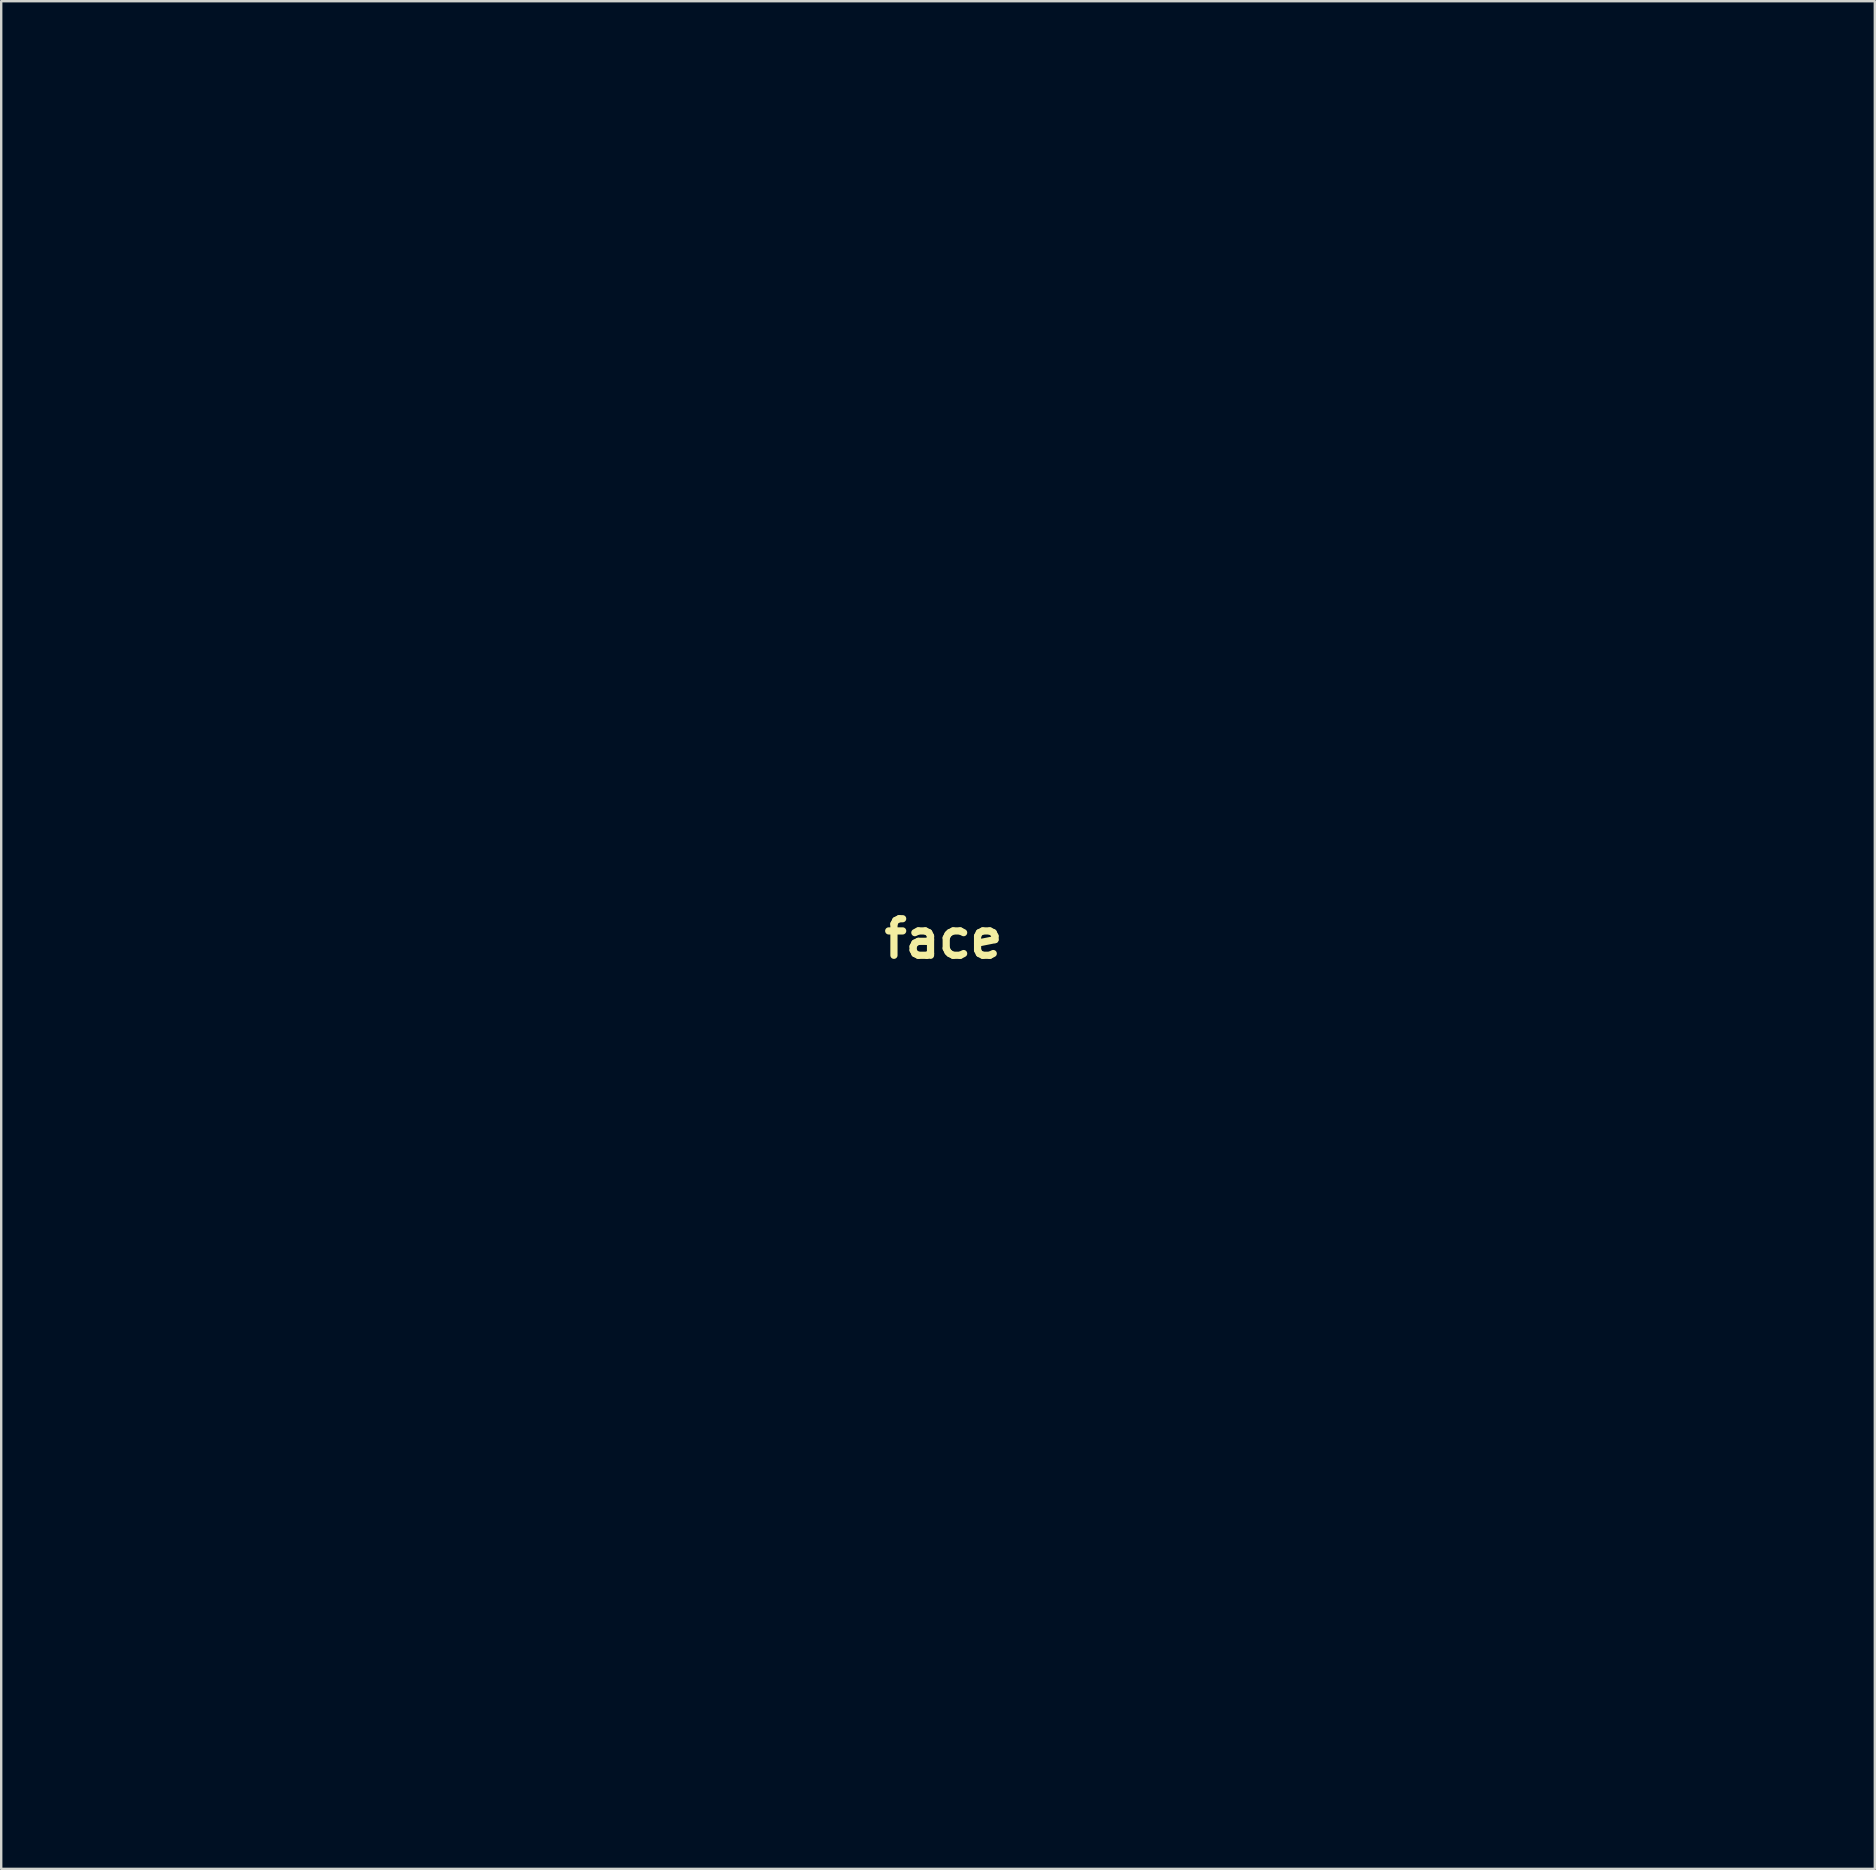
<source format=kicad_pcb>
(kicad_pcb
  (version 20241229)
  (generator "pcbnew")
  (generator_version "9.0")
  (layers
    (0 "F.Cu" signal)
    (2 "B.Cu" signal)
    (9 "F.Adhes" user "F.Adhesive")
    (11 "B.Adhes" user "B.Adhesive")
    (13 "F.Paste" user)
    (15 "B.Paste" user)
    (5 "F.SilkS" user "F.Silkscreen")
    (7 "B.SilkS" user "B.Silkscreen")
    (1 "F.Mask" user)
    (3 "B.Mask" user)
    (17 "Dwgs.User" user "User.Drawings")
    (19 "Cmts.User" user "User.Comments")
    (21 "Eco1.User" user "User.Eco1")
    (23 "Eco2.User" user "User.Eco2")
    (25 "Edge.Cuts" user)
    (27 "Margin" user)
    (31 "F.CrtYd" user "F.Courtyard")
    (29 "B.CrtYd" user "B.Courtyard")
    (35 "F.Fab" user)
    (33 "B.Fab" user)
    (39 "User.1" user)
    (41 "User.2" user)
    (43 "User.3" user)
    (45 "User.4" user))
  (footprint "face"
    (layer "F.Cu")
    (at 36.261 36.059)
    (property "Reference" "face" (at 0 0 0) (layer "F.SilkS") (effects (font (size 1.524 1.524) (thickness 0.3))))
    (attr through_hole)
    (fp_poly (pts (xy -34.365 -32.745) (xy -34.908 -32.745) (xy -34.908 -36.041) (xy -34.365 -36.041) (xy -34.365 -32.745)) (stroke (width 0.01) (type solid)) (fill yes) (layer "F.Mask"))
    (fp_poly (pts (xy -27.505 20.457) (xy -28.049 20.457) (xy -28.049 17.162) (xy -27.505 17.162) (xy -27.505 20.457)) (stroke (width 0.01) (type solid)) (fill yes) (layer "F.Mask"))
    (fp_poly (pts (xy -14.262 -32.745) (xy -14.805 -32.745) (xy -14.805 -36.041) (xy -14.262 -36.041) (xy -14.262 -32.745)) (stroke (width 0.01) (type solid)) (fill yes) (layer "F.Mask"))
    (fp_poly (pts (xy -7.878 5.286) (xy -8.421 5.286) (xy -8.421 1.991) (xy -7.878 1.991) (xy -7.878 5.286)) (stroke (width 0.01) (type solid)) (fill yes) (layer "F.Mask"))
    (fp_poly (pts (xy -1.019 12.906) (xy -1.562 12.906) (xy -1.562 9.611) (xy -1.019 9.611) (xy -1.019 12.906)) (stroke (width 0.01) (type solid)) (fill yes) (layer "F.Mask"))
    (fp_poly (pts (xy 13.243 -17.505) (xy 12.7 -17.505) (xy 12.7 -20.801) (xy 13.243 -20.801) (xy 13.243 -17.505)) (stroke (width 0.01) (type solid)) (fill yes) (layer "F.Mask"))
    (fp_poly (pts (xy 19.967 -2.334) (xy 19.424 -2.334) (xy 19.424 -5.629) (xy 19.967 -5.629) (xy 19.967 -2.334)) (stroke (width 0.01) (type solid)) (fill yes) (layer "F.Mask"))
    (fp_poly (pts (xy -21.257 -33.157) (xy -19.763 -33.157) (xy -19.763 -32.745) (xy -21.801 -32.745) (xy -21.801 -36.041) (xy -21.257 -36.041) (xy -21.257 -33.157)) (stroke (width 0.01) (type solid)) (fill yes) (layer "F.Mask"))
    (fp_poly (pts (xy -21.257 -10.366) (xy -19.763 -10.366) (xy -19.763 -9.954) (xy -21.801 -9.954) (xy -21.801 -13.249) (xy -21.257 -13.249) (xy -21.257 -10.366)) (stroke (width 0.01) (type solid)) (fill yes) (layer "F.Mask"))
    (fp_poly (pts (xy 5.773 20.045) (xy 7.267 20.045) (xy 7.267 20.457) (xy 5.229 20.457) (xy 5.229 17.162) (xy 5.773 17.162) (xy 5.773 20.045)) (stroke (width 0.01) (type solid)) (fill yes) (layer "F.Mask"))
    (fp_poly (pts (xy 12.632 35.285) (xy 14.126 35.285) (xy 14.126 35.697) (xy 12.089 35.697) (xy 12.089 32.402) (xy 12.632 32.402) (xy 12.632 35.285)) (stroke (width 0.01) (type solid)) (fill yes) (layer "F.Mask"))
    (fp_poly (pts (xy 19.288 27.665) (xy 20.782 27.665) (xy 20.782 28.077) (xy 18.744 28.077) (xy 18.744 24.782) (xy 19.288 24.782) (xy 19.288 27.665)) (stroke (width 0.01) (type solid)) (fill yes) (layer "F.Mask"))
    (fp_poly (pts (xy -33.278 -20.389) (xy -34.433 -20.389) (xy -34.433 -17.505) (xy -34.908 -17.505) (xy -34.908 -20.389) (xy -35.995 -20.389) (xy -35.995 -20.801) (xy -33.278 -20.801) (xy -33.278 -20.389)) (stroke (width 0.01) (type solid)) (fill yes) (layer "F.Mask"))
    (fp_poly (pts (xy -33.278 32.814) (xy -34.433 32.814) (xy -34.433 35.697) (xy -34.908 35.697) (xy -34.908 32.814) (xy -35.995 32.814) (xy -35.995 32.402) (xy -33.278 32.402) (xy -33.278 32.814)) (stroke (width 0.01) (type solid)) (fill yes) (layer "F.Mask"))
    (fp_poly (pts (xy -26.419 -35.629) (xy -27.573 -35.629) (xy -27.573 -32.745) (xy -28.049 -32.745) (xy -28.049 -35.629) (xy -29.135 -35.629) (xy -29.135 -36.041) (xy -26.419 -36.041) (xy -26.419 -35.629)) (stroke (width 0.01) (type solid)) (fill yes) (layer "F.Mask"))
    (fp_poly (pts (xy -13.175 -5.217) (xy -14.33 -5.217) (xy -14.33 -2.334) (xy -14.805 -2.334) (xy -14.805 -5.217) (xy -15.892 -5.217) (xy -15.892 -5.629) (xy -13.175 -5.629) (xy -13.175 -5.217)) (stroke (width 0.01) (type solid)) (fill yes) (layer "F.Mask"))
    (fp_poly (pts (xy -6.791 -20.389) (xy -7.946 -20.389) (xy -7.946 -17.505) (xy -8.421 -17.505) (xy -8.421 -20.389) (xy -9.508 -20.389) (xy -9.508 -20.801) (xy -6.791 -20.801) (xy -6.791 -20.389)) (stroke (width 0.01) (type solid)) (fill yes) (layer "F.Mask"))
    (fp_poly (pts (xy -6.791 17.574) (xy -7.946 17.574) (xy -7.946 20.457) (xy -8.421 20.457) (xy -8.421 17.574) (xy -9.508 17.574) (xy -9.508 17.162) (xy -6.791 17.162) (xy -6.791 17.574)) (stroke (width 0.01) (type solid)) (fill yes) (layer "F.Mask"))
    (fp_poly (pts (xy 0.068 -12.837) (xy -1.087 -12.837) (xy -1.087 -9.954) (xy -1.562 -9.954) (xy -1.562 -12.837) (xy -2.649 -12.837) (xy -2.649 -13.249) (xy 0.068 -13.249) (xy 0.068 -12.837)) (stroke (width 0.01) (type solid)) (fill yes) (layer "F.Mask"))
    (fp_poly (pts (xy 0.068 25.194) (xy -1.087 25.194) (xy -1.087 28.077) (xy -1.562 28.077) (xy -1.562 25.194) (xy -2.649 25.194) (xy -2.649 24.782) (xy 0.068 24.782) (xy 0.068 25.194)) (stroke (width 0.01) (type solid)) (fill yes) (layer "F.Mask"))
    (fp_poly (pts (xy 7.471 -28.009) (xy 6.316 -28.009) (xy 6.316 -25.125) (xy 5.841 -25.125) (xy 5.841 -28.009) (xy 4.754 -28.009) (xy 4.754 -28.421) (xy 7.471 -28.421) (xy 7.471 -28.009)) (stroke (width 0.01) (type solid)) (fill yes) (layer "F.Mask"))
    (fp_poly (pts (xy 7.471 2.403) (xy 6.316 2.403) (xy 6.316 5.286) (xy 5.841 5.286) (xy 5.841 2.403) (xy 4.754 2.403) (xy 4.754 1.991) (xy 7.471 1.991) (xy 7.471 2.403)) (stroke (width 0.01) (type solid)) (fill yes) (layer "F.Mask"))
    (fp_poly (pts (xy 21.053 10.023) (xy 19.899 10.023) (xy 19.899 12.906) (xy 19.424 12.906) (xy 19.424 10.023) (xy 18.337 10.023) (xy 18.337 9.611) (xy 21.053 9.611) (xy 21.053 10.023)) (stroke (width 0.01) (type solid)) (fill yes) (layer "F.Mask"))
    (fp_poly (pts (xy 28.252 -12.837) (xy 27.098 -12.837) (xy 27.098 -9.954) (xy 26.622 -9.954) (xy 26.622 -12.837) (xy 25.536 -12.837) (xy 25.536 -13.249) (xy 28.252 -13.249) (xy 28.252 -12.837)) (stroke (width 0.01) (type solid)) (fill yes) (layer "F.Mask"))
    (fp_poly (pts (xy -33.55 10.023) (xy -35.112 10.023) (xy -35.112 11.19) (xy -33.618 11.19) (xy -33.618 11.602) (xy -35.112 11.602) (xy -35.112 12.906) (xy -35.655 12.906) (xy -35.655 9.611) (xy -33.55 9.611) (xy -33.55 10.023)) (stroke (width 0.01) (type solid)) (fill yes) (layer "F.Mask"))
    (fp_poly (pts (xy -13.379 -12.837) (xy -14.941 -12.837) (xy -14.941 -11.67) (xy -13.447 -11.67) (xy -13.447 -11.258) (xy -14.941 -11.258) (xy -14.941 -9.954) (xy -15.484 -9.954) (xy -15.484 -13.249) (xy -13.379 -13.249) (xy -13.379 -12.837)) (stroke (width 0.01) (type solid)) (fill yes) (layer "F.Mask"))
    (fp_poly (pts (xy -6.995 10.023) (xy -8.557 10.023) (xy -8.557 11.19) (xy -7.063 11.19) (xy -7.063 11.602) (xy -8.557 11.602) (xy -8.557 12.906) (xy -9.101 12.906) (xy -9.101 9.611) (xy -6.995 9.611) (xy -6.995 10.023)) (stroke (width 0.01) (type solid)) (fill yes) (layer "F.Mask"))
    (fp_poly (pts (xy 7.199 -20.389) (xy 5.637 -20.389) (xy 5.637 -19.222) (xy 7.131 -19.222) (xy 7.131 -18.81) (xy 5.637 -18.81) (xy 5.637 -17.505) (xy 5.094 -17.505) (xy 5.094 -20.801) (xy 7.199 -20.801) (xy 7.199 -20.389)) (stroke (width 0.01) (type solid)) (fill yes) (layer "F.Mask"))
    (fp_poly (pts (xy 20.782 -12.837) (xy 19.22 -12.837) (xy 19.22 -11.67) (xy 20.714 -11.67) (xy 20.714 -11.258) (xy 19.22 -11.258) (xy 19.22 -9.954) (xy 18.676 -9.954) (xy 18.676 -13.249) (xy 20.782 -13.249) (xy 20.782 -12.837)) (stroke (width 0.01) (type solid)) (fill yes) (layer "F.Mask"))
    (fp_poly (pts (xy -35.519 -11.876) (xy -33.753 -11.876) (xy -33.753 -13.249) (xy -33.278 -13.249) (xy -33.278 -9.954) (xy -33.753 -9.954) (xy -33.753 -11.464) (xy -35.519 -11.464) (xy -35.519 -9.954) (xy -36.063 -9.954) (xy -36.063 -13.249) (xy -35.519 -13.249) (xy -35.519 -11.876)) (stroke (width 0.01) (type solid)) (fill yes) (layer "F.Mask"))
    (fp_poly (pts (xy -33.482 17.574) (xy -35.18 17.574) (xy -35.18 18.535) (xy -33.618 18.535) (xy -33.618 18.947) (xy -35.18 18.947) (xy -35.18 20.045) (xy -33.346 20.045) (xy -33.346 20.457) (xy -35.723 20.457) (xy -35.723 17.162) (xy -33.482 17.162) (xy -33.482 17.574)) (stroke (width 0.01) (type solid)) (fill yes) (layer "F.Mask"))
    (fp_poly (pts (xy -26.622 25.194) (xy -28.32 25.194) (xy -28.32 26.155) (xy -26.758 26.155) (xy -26.758 26.567) (xy -28.32 26.567) (xy -28.32 27.665) (xy -26.487 27.665) (xy -26.487 28.077) (xy -28.864 28.077) (xy -28.864 24.782) (xy -26.622 24.782) (xy -26.622 25.194)) (stroke (width 0.01) (type solid)) (fill yes) (layer "F.Mask"))
    (fp_poly (pts (xy -26.622 32.814) (xy -28.32 32.814) (xy -28.32 33.775) (xy -26.758 33.775) (xy -26.758 34.187) (xy -28.32 34.187) (xy -28.32 35.285) (xy -26.487 35.285) (xy -26.487 35.697) (xy -28.864 35.697) (xy -28.864 32.402) (xy -26.622 32.402) (xy -26.622 32.814)) (stroke (width 0.01) (type solid)) (fill yes) (layer "F.Mask"))
    (fp_poly (pts (xy -19.763 -20.389) (xy -21.461 -20.389) (xy -21.461 -19.428) (xy -19.899 -19.428) (xy -19.899 -19.016) (xy -21.461 -19.016) (xy -21.461 -17.917) (xy -19.627 -17.917) (xy -19.627 -17.505) (xy -22.004 -17.505) (xy -22.004 -20.801) (xy -19.763 -20.801) (xy -19.763 -20.389)) (stroke (width 0.01) (type solid)) (fill yes) (layer "F.Mask"))
    (fp_poly (pts (xy -19.763 2.403) (xy -21.461 2.403) (xy -21.461 3.364) (xy -19.899 3.364) (xy -19.899 3.776) (xy -21.461 3.776) (xy -21.461 4.874) (xy -19.627 4.874) (xy -19.627 5.286) (xy -22.004 5.286) (xy -22.004 1.991) (xy -19.763 1.991) (xy -19.763 2.403)) (stroke (width 0.01) (type solid)) (fill yes) (layer "F.Mask"))
    (fp_poly (pts (xy -15.417 18.535) (xy -13.651 18.535) (xy -13.651 17.162) (xy -13.175 17.162) (xy -13.175 20.457) (xy -13.651 20.457) (xy -13.651 18.947) (xy -15.417 18.947) (xy -15.417 20.457) (xy -15.96 20.457) (xy -15.96 17.162) (xy -15.417 17.162) (xy -15.417 18.535)) (stroke (width 0.01) (type solid)) (fill yes) (layer "F.Mask"))
    (fp_poly (pts (xy -13.379 25.194) (xy -15.077 25.194) (xy -15.077 26.155) (xy -13.515 26.155) (xy -13.515 26.567) (xy -15.077 26.567) (xy -15.077 27.665) (xy -13.243 27.665) (xy -13.243 28.077) (xy -15.62 28.077) (xy -15.62 24.782) (xy -13.379 24.782) (xy -13.379 25.194)) (stroke (width 0.01) (type solid)) (fill yes) (layer "F.Mask"))
    (fp_poly (pts (xy -6.995 -5.217) (xy -8.693 -5.217) (xy -8.693 -4.256) (xy -7.131 -4.256) (xy -7.131 -3.844) (xy -8.693 -3.844) (xy -8.693 -2.746) (xy -6.859 -2.746) (xy -6.859 -2.334) (xy -9.236 -2.334) (xy -9.236 -5.629) (xy -6.995 -5.629) (xy -6.995 -5.217)) (stroke (width 0.01) (type solid)) (fill yes) (layer "F.Mask"))
    (fp_poly (pts (xy -6.995 32.814) (xy -8.693 32.814) (xy -8.693 33.775) (xy -7.131 33.775) (xy -7.131 34.187) (xy -8.693 34.187) (xy -8.693 35.285) (xy -6.859 35.285) (xy -6.859 35.697) (xy -9.236 35.697) (xy -9.236 32.402) (xy -6.995 32.402) (xy -6.995 32.814)) (stroke (width 0.01) (type solid)) (fill yes) (layer "F.Mask"))
    (fp_poly (pts (xy -0.136 17.574) (xy -1.834 17.574) (xy -1.834 18.535) (xy -0.272 18.535) (xy -0.272 18.947) (xy -1.834 18.947) (xy -1.834 20.045) (xy 0 20.045) (xy 0 20.457) (xy -2.377 20.457) (xy -2.377 17.162) (xy -0.136 17.162) (xy -0.136 17.574)) (stroke (width 0.01) (type solid)) (fill yes) (layer "F.Mask"))
    (fp_poly (pts (xy 7.267 -12.837) (xy 5.569 -12.837) (xy 5.569 -11.876) (xy 7.131 -11.876) (xy 7.131 -11.464) (xy 5.569 -11.464) (xy 5.569 -10.366) (xy 7.403 -10.366) (xy 7.403 -9.954) (xy 5.026 -9.954) (xy 5.026 -13.249) (xy 7.267 -13.249) (xy 7.267 -12.837)) (stroke (width 0.01) (type solid)) (fill yes) (layer "F.Mask"))
    (fp_poly (pts (xy 12.089 3.364) (xy 13.855 3.364) (xy 13.855 1.991) (xy 14.33 1.991) (xy 14.33 5.286) (xy 13.855 5.286) (xy 13.855 3.776) (xy 12.089 3.776) (xy 12.089 5.286) (xy 11.545 5.286) (xy 11.545 1.991) (xy 12.089 1.991) (xy 12.089 3.364)) (stroke (width 0.01) (type solid)) (fill yes) (layer "F.Mask"))
    (fp_poly (pts (xy 14.126 -28.009) (xy 12.428 -28.009) (xy 12.428 -27.048) (xy 13.99 -27.048) (xy 13.99 -26.636) (xy 12.428 -26.636) (xy 12.428 -25.537) (xy 14.262 -25.537) (xy 14.262 -25.125) (xy 11.885 -25.125) (xy 11.885 -28.421) (xy 14.126 -28.421) (xy 14.126 -28.009)) (stroke (width 0.01) (type solid)) (fill yes) (layer "F.Mask"))
    (fp_poly (pts (xy 14.126 10.023) (xy 12.428 10.023) (xy 12.428 10.984) (xy 13.99 10.984) (xy 13.99 11.396) (xy 12.428 11.396) (xy 12.428 12.494) (xy 14.262 12.494) (xy 14.262 12.906) (xy 11.885 12.906) (xy 11.885 9.611) (xy 14.126 9.611) (xy 14.126 10.023)) (stroke (width 0.01) (type solid)) (fill yes) (layer "F.Mask"))
    (fp_poly (pts (xy 14.126 17.574) (xy 12.428 17.574) (xy 12.428 18.535) (xy 13.99 18.535) (xy 13.99 18.947) (xy 12.428 18.947) (xy 12.428 20.045) (xy 14.262 20.045) (xy 14.262 20.457) (xy 11.885 20.457) (xy 11.885 17.162) (xy 14.126 17.162) (xy 14.126 17.574)) (stroke (width 0.01) (type solid)) (fill yes) (layer "F.Mask"))
    (fp_poly (pts (xy 14.126 25.194) (xy 12.428 25.194) (xy 12.428 26.155) (xy 13.99 26.155) (xy 13.99 26.567) (xy 12.428 26.567) (xy 12.428 27.665) (xy 14.262 27.665) (xy 14.262 28.077) (xy 11.885 28.077) (xy 11.885 24.782) (xy 14.126 24.782) (xy 14.126 25.194)) (stroke (width 0.01) (type solid)) (fill yes) (layer "F.Mask"))
    (fp_poly (pts (xy 28.049 -20.389) (xy 26.351 -20.389) (xy 26.351 -19.428) (xy 27.913 -19.428) (xy 27.913 -19.016) (xy 26.351 -19.016) (xy 26.351 -17.917) (xy 28.184 -17.917) (xy 28.184 -17.505) (xy 25.807 -17.505) (xy 25.807 -20.801) (xy 28.049 -20.801) (xy 28.049 -20.389)) (stroke (width 0.01) (type solid)) (fill yes) (layer "F.Mask"))
    (fp_poly (pts (xy 28.049 2.403) (xy 26.351 2.403) (xy 26.351 3.364) (xy 27.913 3.364) (xy 27.913 3.776) (xy 26.351 3.776) (xy 26.351 4.874) (xy 28.184 4.874) (xy 28.184 5.286) (xy 25.807 5.286) (xy 25.807 1.991) (xy 28.049 1.991) (xy 28.049 2.403)) (stroke (width 0.01) (type solid)) (fill yes) (layer "F.Mask"))
    (fp_poly (pts (xy 28.049 17.574) (xy 26.351 17.574) (xy 26.351 18.535) (xy 27.913 18.535) (xy 27.913 18.947) (xy 26.351 18.947) (xy 26.351 20.045) (xy 28.184 20.045) (xy 28.184 20.457) (xy 25.807 20.457) (xy 25.807 17.162) (xy 28.049 17.162) (xy 28.049 17.574)) (stroke (width 0.01) (type solid)) (fill yes) (layer "F.Mask"))
    (fp_poly (pts (xy 35.18 -5.217) (xy 33.482 -5.217) (xy 33.482 -4.256) (xy 35.044 -4.256) (xy 35.044 -3.844) (xy 33.482 -3.844) (xy 33.482 -2.746) (xy 35.316 -2.746) (xy 35.316 -2.334) (xy 32.939 -2.334) (xy 32.939 -5.629) (xy 35.18 -5.629) (xy 35.18 -5.217)) (stroke (width 0.01) (type solid)) (fill yes) (layer "F.Mask"))
    (fp_poly (pts (xy 35.18 2.403) (xy 33.482 2.403) (xy 33.482 3.364) (xy 35.044 3.364) (xy 35.044 3.776) (xy 33.482 3.776) (xy 33.482 4.874) (xy 35.316 4.874) (xy 35.316 5.286) (xy 32.939 5.286) (xy 32.939 1.991) (xy 35.18 1.991) (xy 35.18 2.403)) (stroke (width 0.01) (type solid)) (fill yes) (layer "F.Mask"))
    (fp_poly (pts (xy 35.18 25.194) (xy 33.482 25.194) (xy 33.482 26.155) (xy 35.044 26.155) (xy 35.044 26.567) (xy 33.482 26.567) (xy 33.482 27.665) (xy 35.316 27.665) (xy 35.316 28.077) (xy 32.939 28.077) (xy 32.939 24.782) (xy 35.18 24.782) (xy 35.18 25.194)) (stroke (width 0.01) (type solid)) (fill yes) (layer "F.Mask"))
    (fp_poly (pts (xy 0.815 33.363) (xy 0.611 33.363) (xy 0.488 33.355) (xy 0.428 33.306) (xy 0.409 33.18) (xy 0.407 33.037) (xy 0.397 32.806) (xy 0.375 32.609) (xy 0.365 32.557) (xy 0.352 32.454) (xy 0.41 32.411) (xy 0.569 32.402) (xy 0.815 32.402) (xy 0.815 33.363)) (stroke (width 0.01) (type solid)) (fill yes) (layer "F.Mask"))
    (fp_poly (pts (xy -28.95 2.004) (xy -28.63 2.025) (xy -27.77 3.284) (xy -27.518 3.652) (xy -27.289 3.983) (xy -27.097 4.26) (xy -26.952 4.465) (xy -26.867 4.582) (xy -26.851 4.602) (xy -26.833 4.556) (xy -26.82 4.391) (xy -26.812 4.125) (xy -26.809 3.775) (xy -26.812 3.36) (xy -26.812 3.326) (xy -26.832 1.991) (xy -26.351 1.991) (xy -26.351 5.293) (xy -26.67 5.273) (xy -26.99 5.252) (xy -28.796 2.585) (xy -28.796 5.286) (xy -29.271 5.286) (xy -29.271 1.983) (xy -28.95 2.004)) (stroke (width 0.01) (type solid)) (fill yes) (layer "F.Mask"))
    (fp_poly (pts (xy -15.386 -20.766) (xy -14.526 -19.508) (xy -14.274 -19.14) (xy -14.046 -18.809) (xy -13.853 -18.532) (xy -13.709 -18.326) (xy -13.623 -18.209) (xy -13.608 -18.189) (xy -13.59 -18.235) (xy -13.577 -18.4) (xy -13.568 -18.667) (xy -13.565 -19.016) (xy -13.568 -19.431) (xy -13.569 -19.465) (xy -13.588 -20.801) (xy -13.107 -20.801) (xy -13.107 -17.498) (xy -13.427 -17.519) (xy -13.747 -17.54) (xy -14.65 -18.873) (xy -15.552 -20.206) (xy -15.552 -17.505) (xy -16.028 -17.505) (xy -16.028 -20.808) (xy -15.386 -20.766)) (stroke (width 0.01) (type solid)) (fill yes) (layer "F.Mask"))
    (fp_poly (pts (xy 11.798 -13.236) (xy 12.119 -13.215) (xy 12.979 -11.956) (xy 13.231 -11.588) (xy 13.459 -11.257) (xy 13.652 -10.98) (xy 13.797 -10.775) (xy 13.882 -10.658) (xy 13.898 -10.638) (xy 13.915 -10.684) (xy 13.929 -10.849) (xy 13.937 -11.115) (xy 13.94 -11.465) (xy 13.937 -11.88) (xy 13.937 -11.914) (xy 13.917 -13.249) (xy 14.398 -13.249) (xy 14.398 -9.947) (xy 14.078 -9.967) (xy 13.759 -9.988) (xy 11.953 -12.655) (xy 11.953 -9.954) (xy 11.478 -9.954) (xy 11.478 -13.257) (xy 11.798 -13.236)) (stroke (width 0.01) (type solid)) (fill yes) (layer "F.Mask"))
    (fp_poly (pts (xy 11.798 -5.616) (xy 12.119 -5.595) (xy 12.979 -4.336) (xy 13.231 -3.968) (xy 13.459 -3.637) (xy 13.652 -3.36) (xy 13.797 -3.155) (xy 13.882 -3.038) (xy 13.898 -3.018) (xy 13.915 -3.064) (xy 13.929 -3.229) (xy 13.937 -3.495) (xy 13.94 -3.845) (xy 13.937 -4.26) (xy 13.937 -4.294) (xy 13.917 -5.629) (xy 14.398 -5.629) (xy 14.398 -2.327) (xy 14.078 -2.347) (xy 13.759 -2.368) (xy 11.953 -5.035) (xy 11.953 -2.334) (xy 11.478 -2.334) (xy 11.478 -5.637) (xy 11.798 -5.616)) (stroke (width 0.01) (type solid)) (fill yes) (layer "F.Mask"))
    (fp_poly (pts (xy 25.721 -5.616) (xy 26.042 -5.595) (xy 26.901 -4.336) (xy 27.154 -3.968) (xy 27.382 -3.637) (xy 27.574 -3.36) (xy 27.719 -3.155) (xy 27.804 -3.038) (xy 27.82 -3.018) (xy 27.838 -3.064) (xy 27.851 -3.229) (xy 27.859 -3.495) (xy 27.863 -3.845) (xy 27.86 -4.26) (xy 27.859 -4.294) (xy 27.839 -5.629) (xy 28.32 -5.629) (xy 28.32 -2.327) (xy 28.001 -2.347) (xy 27.681 -2.368) (xy 25.875 -5.035) (xy 25.875 -2.334) (xy 25.4 -2.334) (xy 25.4 -5.637) (xy 25.721 -5.616)) (stroke (width 0.01) (type solid)) (fill yes) (layer "F.Mask"))
    (fp_poly (pts (xy -22.091 32.416) (xy -21.77 32.436) (xy -20.91 33.695) (xy -20.658 34.063) (xy -20.43 34.394) (xy -20.237 34.671) (xy -20.093 34.877) (xy -20.007 34.994) (xy -19.992 35.013) (xy -19.974 34.967) (xy -19.961 34.802) (xy -19.952 34.536) (xy -19.949 34.186) (xy -19.952 33.771) (xy -19.953 33.738) (xy -19.972 32.402) (xy -19.491 32.402) (xy -19.491 35.705) (xy -19.811 35.684) (xy -20.131 35.663) (xy -21.034 34.33) (xy -21.936 32.997) (xy -21.936 35.697) (xy -22.412 35.697) (xy -22.412 32.395) (xy -22.091 32.416)) (stroke (width 0.01) (type solid)) (fill yes) (layer "F.Mask"))
    (fp_poly (pts (xy -9.323 24.796) (xy -9.002 24.816) (xy -8.143 26.075) (xy -7.89 26.443) (xy -7.662 26.774) (xy -7.469 27.051) (xy -7.325 27.257) (xy -7.24 27.374) (xy -7.224 27.393) (xy -7.206 27.347) (xy -7.193 27.182) (xy -7.184 26.916) (xy -7.181 26.566) (xy -7.184 26.151) (xy -7.185 26.118) (xy -7.204 24.782) (xy -6.724 24.782) (xy -6.724 28.085) (xy -7.043 28.064) (xy -7.363 28.043) (xy -8.266 26.71) (xy -9.168 25.377) (xy -9.168 28.077) (xy -9.644 28.077) (xy -9.644 24.775) (xy -9.323 24.796)) (stroke (width 0.01) (type solid)) (fill yes) (layer "F.Mask"))
    (fp_poly (pts (xy 32.92 17.176) (xy 33.24 17.196) (xy 34.1 18.455) (xy 34.353 18.823) (xy 34.581 19.154) (xy 34.773 19.431) (xy 34.918 19.637) (xy 35.003 19.754) (xy 35.019 19.773) (xy 35.037 19.727) (xy 35.05 19.562) (xy 35.058 19.296) (xy 35.061 18.946) (xy 35.059 18.531) (xy 35.058 18.498) (xy 35.038 17.162) (xy 35.519 17.162) (xy 35.519 20.465) (xy 35.2 20.444) (xy 34.88 20.423) (xy 33.977 19.09) (xy 33.074 17.757) (xy 33.074 20.457) (xy 32.599 20.457) (xy 32.599 17.155) (xy 32.92 17.176)) (stroke (width 0.01) (type solid)) (fill yes) (layer "F.Mask"))
    (fp_poly (pts (xy 21.393 -32.745) (xy 20.918 -32.745) (xy 20.914 -34.101) (xy 20.911 -35.457) (xy 20.379 -34.118) (xy 20.201 -33.673) (xy 20.064 -33.338) (xy 19.96 -33.099) (xy 19.879 -32.939) (xy 19.813 -32.84) (xy 19.754 -32.788) (xy 19.691 -32.765) (xy 19.645 -32.759) (xy 19.443 -32.738) (xy 18.342 -35.457) (xy 18.339 -34.101) (xy 18.337 -32.745) (xy 17.861 -32.745) (xy 17.861 -36.048) (xy 18.217 -36.027) (xy 18.572 -36.006) (xy 18.993 -34.976) (xy 19.145 -34.604) (xy 19.288 -34.255) (xy 19.408 -33.959) (xy 19.496 -33.744) (xy 19.524 -33.672) (xy 19.634 -33.398) (xy 20.691 -36.006) (xy 21.042 -36.027) (xy 21.393 -36.048) (xy 21.393 -32.745)) (stroke (width 0.01) (type solid)) (fill yes) (layer "F.Mask"))
    (fp_poly (pts (xy 35.791 -32.745) (xy 35.316 -32.745) (xy 35.312 -34.101) (xy 35.309 -35.457) (xy 34.776 -34.118) (xy 34.599 -33.673) (xy 34.462 -33.338) (xy 34.358 -33.099) (xy 34.277 -32.939) (xy 34.211 -32.84) (xy 34.151 -32.788) (xy 34.089 -32.765) (xy 34.043 -32.759) (xy 33.841 -32.738) (xy 32.739 -35.457) (xy 32.737 -34.101) (xy 32.735 -32.745) (xy 32.259 -32.745) (xy 32.259 -36.048) (xy 32.615 -36.027) (xy 32.97 -36.006) (xy 33.391 -34.976) (xy 33.543 -34.604) (xy 33.686 -34.255) (xy 33.806 -33.959) (xy 33.893 -33.744) (xy 33.922 -33.672) (xy 34.032 -33.398) (xy 35.089 -36.006) (xy 35.44 -36.027) (xy 35.791 -36.048) (xy 35.791 -32.745)) (stroke (width 0.01) (type solid)) (fill yes) (layer "F.Mask"))
    (fp_poly (pts (xy -34.925 -5.617) (xy -34.473 -5.595) (xy -34.134 -5.555) (xy -33.886 -5.489) (xy -33.708 -5.391) (xy -33.578 -5.252) (xy -33.505 -5.13) (xy -33.418 -4.861) (xy -33.396 -4.554) (xy -33.438 -4.265) (xy -33.529 -4.064) (xy -33.702 -3.86) (xy -33.884 -3.724) (xy -34.109 -3.641) (xy -34.415 -3.597) (xy -34.636 -3.582) (xy -35.248 -3.553) (xy -35.248 -2.334) (xy -35.791 -2.334) (xy -35.791 -5.217) (xy -35.248 -5.217) (xy -35.248 -3.982) (xy -34.809 -3.982) (xy -34.551 -3.993) (xy -34.326 -4.024) (xy -34.206 -4.058) (xy -34.023 -4.212) (xy -33.914 -4.455) (xy -33.891 -4.654) (xy -33.945 -4.9) (xy -34.104 -5.074) (xy -34.372 -5.179) (xy -34.755 -5.217) (xy -34.802 -5.217) (xy -35.248 -5.217) (xy -35.791 -5.217) (xy -35.791 -5.643) (xy -34.925 -5.617)) (stroke (width 0.01) (type solid)) (fill yes) (layer "F.Mask"))
    (fp_poly (pts (xy 26.605 -36.028) (xy 27.058 -36.006) (xy 27.397 -35.966) (xy 27.644 -35.901) (xy 27.822 -35.802) (xy 27.953 -35.663) (xy 28.025 -35.542) (xy 28.112 -35.273) (xy 28.134 -34.966) (xy 28.092 -34.676) (xy 28.001 -34.476) (xy 27.829 -34.271) (xy 27.647 -34.135) (xy 27.421 -34.053) (xy 27.116 -34.008) (xy 26.894 -33.994) (xy 26.283 -33.964) (xy 26.283 -32.745) (xy 25.74 -32.745) (xy 25.74 -35.629) (xy 26.283 -35.629) (xy 26.283 -34.393) (xy 26.721 -34.393) (xy 26.979 -34.405) (xy 27.204 -34.435) (xy 27.325 -34.469) (xy 27.507 -34.624) (xy 27.617 -34.866) (xy 27.639 -35.066) (xy 27.585 -35.312) (xy 27.427 -35.486) (xy 27.159 -35.59) (xy 26.775 -35.628) (xy 26.729 -35.629) (xy 26.283 -35.629) (xy 25.74 -35.629) (xy 25.74 -36.054) (xy 26.605 -36.028)) (stroke (width 0.01) (type solid)) (fill yes) (layer "F.Mask"))
    (fp_poly (pts (xy -21.733 10.819) (xy -21.731 11.274) (xy -21.723 11.613) (xy -21.709 11.857) (xy -21.687 12.029) (xy -21.654 12.148) (xy -21.62 12.22) (xy -21.429 12.425) (xy -21.172 12.539) (xy -20.885 12.563) (xy -20.603 12.5) (xy -20.359 12.351) (xy -20.206 12.153) (xy -20.165 12.042) (xy -20.136 11.878) (xy -20.117 11.64) (xy -20.107 11.309) (xy -20.103 10.865) (xy -20.103 10.781) (xy -20.103 9.611) (xy -19.559 9.611) (xy -19.559 10.679) (xy -19.564 11.076) (xy -19.578 11.45) (xy -19.599 11.768) (xy -19.625 11.997) (xy -19.637 12.06) (xy -19.788 12.405) (xy -20.039 12.676) (xy -20.369 12.864) (xy -20.758 12.959) (xy -21.186 12.952) (xy -21.458 12.894) (xy -21.708 12.805) (xy -21.903 12.69) (xy -22.048 12.532) (xy -22.151 12.313) (xy -22.219 12.017) (xy -22.258 11.627) (xy -22.274 11.126) (xy -22.276 10.811) (xy -22.276 9.611) (xy -21.733 9.611) (xy -21.733 10.819)) (stroke (width 0.01) (type solid)) (fill yes) (layer "F.Mask"))
    (fp_poly (pts (xy -15.349 -27.213) (xy -15.347 -26.758) (xy -15.34 -26.418) (xy -15.326 -26.174) (xy -15.303 -26.003) (xy -15.27 -25.883) (xy -15.236 -25.811) (xy -15.045 -25.606) (xy -14.788 -25.493) (xy -14.501 -25.468) (xy -14.219 -25.531) (xy -13.975 -25.68) (xy -13.822 -25.878) (xy -13.781 -25.989) (xy -13.752 -26.153) (xy -13.733 -26.391) (xy -13.723 -26.722) (xy -13.719 -27.167) (xy -13.719 -27.25) (xy -13.719 -28.421) (xy -13.175 -28.421) (xy -13.175 -27.353) (xy -13.18 -26.955) (xy -13.194 -26.581) (xy -13.215 -26.263) (xy -13.241 -26.034) (xy -13.253 -25.972) (xy -13.404 -25.627) (xy -13.655 -25.356) (xy -13.985 -25.168) (xy -14.374 -25.073) (xy -14.802 -25.079) (xy -15.075 -25.137) (xy -15.324 -25.226) (xy -15.519 -25.341) (xy -15.664 -25.5) (xy -15.767 -25.718) (xy -15.835 -26.014) (xy -15.874 -26.404) (xy -15.89 -26.905) (xy -15.892 -27.221) (xy -15.892 -28.421) (xy -15.349 -28.421) (xy -15.349 -27.213)) (stroke (width 0.01) (type solid)) (fill yes) (layer "F.Mask"))
    (fp_poly (pts (xy 5.229 -4.421) (xy 5.231 -3.966) (xy 5.239 -3.627) (xy 5.253 -3.383) (xy 5.275 -3.211) (xy 5.308 -3.092) (xy 5.343 -3.02) (xy 5.533 -2.815) (xy 5.79 -2.701) (xy 6.077 -2.677) (xy 6.36 -2.74) (xy 6.603 -2.889) (xy 6.756 -3.087) (xy 6.797 -3.198) (xy 6.826 -3.362) (xy 6.845 -3.6) (xy 6.856 -3.931) (xy 6.859 -4.375) (xy 6.859 -4.459) (xy 6.859 -5.629) (xy 7.403 -5.629) (xy 7.403 -4.561) (xy 7.398 -4.164) (xy 7.384 -3.79) (xy 7.363 -3.471) (xy 7.337 -3.243) (xy 7.325 -3.18) (xy 7.174 -2.835) (xy 6.923 -2.564) (xy 6.593 -2.376) (xy 6.204 -2.281) (xy 5.776 -2.288) (xy 5.504 -2.346) (xy 5.254 -2.435) (xy 5.059 -2.55) (xy 4.914 -2.708) (xy 4.811 -2.927) (xy 4.743 -3.223) (xy 4.704 -3.613) (xy 4.688 -4.114) (xy 4.686 -4.429) (xy 4.686 -5.629) (xy 5.229 -5.629) (xy 5.229 -4.421)) (stroke (width 0.01) (type solid)) (fill yes) (layer "F.Mask"))
    (fp_poly (pts (xy -0.023 -20.793) (xy 0.064 -20.776) (xy 0.068 -20.771) (xy 0.035 -20.705) (xy -0.057 -20.542) (xy -0.195 -20.304) (xy -0.367 -20.01) (xy -0.475 -19.827) (xy -1.019 -18.913) (xy -1.019 -18.209) (xy -1.019 -17.505) (xy -1.562 -17.505) (xy -1.562 -18.892) (xy -2.105 -19.805) (xy -2.292 -20.121) (xy -2.451 -20.396) (xy -2.57 -20.606) (xy -2.638 -20.733) (xy -2.649 -20.759) (xy -2.589 -20.786) (xy -2.44 -20.799) (xy -2.394 -20.799) (xy -2.285 -20.795) (xy -2.199 -20.77) (xy -2.119 -20.704) (xy -2.027 -20.577) (xy -1.904 -20.369) (xy -1.743 -20.079) (xy -1.586 -19.8) (xy -1.449 -19.571) (xy -1.349 -19.417) (xy -1.298 -19.359) (xy -1.298 -19.359) (xy -1.247 -19.415) (xy -1.146 -19.568) (xy -1.008 -19.795) (xy -0.849 -20.073) (xy -0.845 -20.079) (xy -0.674 -20.382) (xy -0.551 -20.586) (xy -0.459 -20.709) (xy -0.378 -20.773) (xy -0.292 -20.797) (xy -0.187 -20.8) (xy -0.023 -20.793)) (stroke (width 0.01) (type solid)) (fill yes) (layer "F.Mask"))
    (fp_poly (pts (xy -19.496 24.806) (xy -19.491 24.813) (xy -19.514 24.885) (xy -19.577 25.069) (xy -19.675 25.346) (xy -19.801 25.698) (xy -19.949 26.108) (xy -20.078 26.465) (xy -20.665 28.077) (xy -20.922 28.077) (xy -21.066 28.071) (xy -21.158 28.03) (xy -21.229 27.926) (xy -21.309 27.729) (xy -21.326 27.683) (xy -21.449 27.351) (xy -21.586 26.974) (xy -21.731 26.572) (xy -21.877 26.167) (xy -22.014 25.779) (xy -22.137 25.431) (xy -22.238 25.142) (xy -22.309 24.934) (xy -22.342 24.829) (xy -22.344 24.821) (xy -22.284 24.796) (xy -22.136 24.792) (xy -22.09 24.795) (xy -21.837 24.816) (xy -21.394 26.207) (xy -21.262 26.617) (xy -21.142 26.98) (xy -21.042 27.275) (xy -20.967 27.484) (xy -20.924 27.588) (xy -20.918 27.596) (xy -20.888 27.534) (xy -20.823 27.359) (xy -20.731 27.092) (xy -20.617 26.751) (xy -20.489 26.355) (xy -20.441 26.206) (xy -19.998 24.816) (xy -19.745 24.795) (xy -19.582 24.791) (xy -19.496 24.806)) (stroke (width 0.01) (type solid)) (fill yes) (layer "F.Mask"))
    (fp_poly (pts (xy 7.534 9.635) (xy 7.539 9.642) (xy 7.516 9.714) (xy 7.453 9.898) (xy 7.355 10.174) (xy 7.229 10.526) (xy 7.081 10.936) (xy 6.952 11.293) (xy 6.365 12.906) (xy 6.108 12.906) (xy 5.964 12.899) (xy 5.872 12.859) (xy 5.801 12.755) (xy 5.721 12.557) (xy 5.704 12.511) (xy 5.581 12.18) (xy 5.444 11.802) (xy 5.299 11.401) (xy 5.153 10.995) (xy 5.015 10.608) (xy 4.892 10.259) (xy 4.792 9.971) (xy 4.721 9.763) (xy 4.688 9.658) (xy 4.686 9.649) (xy 4.746 9.624) (xy 4.894 9.621) (xy 4.94 9.624) (xy 5.193 9.645) (xy 5.636 11.035) (xy 5.768 11.446) (xy 5.888 11.808) (xy 5.988 12.104) (xy 6.063 12.313) (xy 6.106 12.417) (xy 6.112 12.425) (xy 6.142 12.362) (xy 6.207 12.188) (xy 6.299 11.921) (xy 6.413 11.58) (xy 6.541 11.184) (xy 6.589 11.035) (xy 7.032 9.645) (xy 7.285 9.624) (xy 7.448 9.619) (xy 7.534 9.635)) (stroke (width 0.01) (type solid)) (fill yes) (layer "F.Mask"))
    (fp_poly (pts (xy 21.049 -20.776) (xy 21.053 -20.77) (xy 21.031 -20.697) (xy 20.968 -20.514) (xy 20.87 -20.237) (xy 20.744 -19.885) (xy 20.596 -19.475) (xy 20.467 -19.118) (xy 19.88 -17.505) (xy 19.623 -17.505) (xy 19.479 -17.512) (xy 19.387 -17.552) (xy 19.316 -17.656) (xy 19.236 -17.854) (xy 19.219 -17.9) (xy 19.096 -18.232) (xy 18.959 -18.609) (xy 18.814 -19.011) (xy 18.668 -19.416) (xy 18.53 -19.803) (xy 18.407 -20.152) (xy 18.307 -20.441) (xy 18.236 -20.648) (xy 18.203 -20.754) (xy 18.201 -20.762) (xy 18.261 -20.787) (xy 18.409 -20.791) (xy 18.455 -20.788) (xy 18.708 -20.766) (xy 19.151 -19.376) (xy 19.283 -18.966) (xy 19.403 -18.603) (xy 19.503 -18.308) (xy 19.578 -18.099) (xy 19.621 -17.995) (xy 19.627 -17.987) (xy 19.657 -18.049) (xy 19.722 -18.223) (xy 19.814 -18.491) (xy 19.928 -18.832) (xy 20.056 -19.227) (xy 20.104 -19.377) (xy 20.547 -20.766) (xy 20.8 -20.788) (xy 20.963 -20.792) (xy 21.049 -20.776)) (stroke (width 0.01) (type solid)) (fill yes) (layer "F.Mask"))
    (fp_poly (pts (xy 21.049 17.186) (xy 21.053 17.193) (xy 21.031 17.265) (xy 20.968 17.449) (xy 20.87 17.726) (xy 20.744 18.078) (xy 20.596 18.488) (xy 20.467 18.845) (xy 19.88 20.457) (xy 19.623 20.457) (xy 19.479 20.451) (xy 19.387 20.41) (xy 19.316 20.306) (xy 19.236 20.109) (xy 19.219 20.063) (xy 19.096 19.731) (xy 18.959 19.354) (xy 18.814 18.952) (xy 18.668 18.547) (xy 18.53 18.159) (xy 18.407 17.811) (xy 18.307 17.522) (xy 18.236 17.314) (xy 18.203 17.209) (xy 18.201 17.201) (xy 18.261 17.176) (xy 18.409 17.172) (xy 18.455 17.175) (xy 18.708 17.196) (xy 19.151 18.587) (xy 19.283 18.997) (xy 19.403 19.36) (xy 19.503 19.655) (xy 19.578 19.864) (xy 19.621 19.968) (xy 19.627 19.976) (xy 19.657 19.914) (xy 19.722 19.739) (xy 19.814 19.472) (xy 19.928 19.131) (xy 20.056 18.735) (xy 20.104 18.586) (xy 20.547 17.196) (xy 20.8 17.175) (xy 20.963 17.171) (xy 21.049 17.186)) (stroke (width 0.01) (type solid)) (fill yes) (layer "F.Mask"))
    (fp_poly (pts (xy 28.316 24.806) (xy 28.32 24.813) (xy 28.298 24.885) (xy 28.235 25.069) (xy 28.137 25.346) (xy 28.011 25.698) (xy 27.863 26.108) (xy 27.734 26.465) (xy 27.147 28.077) (xy 26.89 28.077) (xy 26.745 28.071) (xy 26.654 28.03) (xy 26.583 27.926) (xy 26.503 27.729) (xy 26.485 27.683) (xy 26.363 27.351) (xy 26.226 26.974) (xy 26.08 26.572) (xy 25.935 26.167) (xy 25.797 25.779) (xy 25.674 25.431) (xy 25.574 25.142) (xy 25.503 24.934) (xy 25.47 24.829) (xy 25.468 24.821) (xy 25.528 24.796) (xy 25.675 24.792) (xy 25.721 24.795) (xy 25.975 24.816) (xy 26.418 26.207) (xy 26.55 26.617) (xy 26.67 26.98) (xy 26.77 27.275) (xy 26.845 27.484) (xy 26.888 27.588) (xy 26.894 27.596) (xy 26.924 27.534) (xy 26.988 27.359) (xy 27.081 27.092) (xy 27.195 26.751) (xy 27.323 26.355) (xy 27.371 26.206) (xy 27.814 24.816) (xy 28.067 24.795) (xy 28.23 24.791) (xy 28.316 24.806)) (stroke (width 0.01) (type solid)) (fill yes) (layer "F.Mask"))
    (fp_poly (pts (xy 26.334 -28.406) (xy 26.868 -28.372) (xy 27.287 -28.304) (xy 27.611 -28.196) (xy 27.859 -28.037) (xy 28.051 -27.818) (xy 28.192 -27.562) (xy 28.286 -27.237) (xy 28.32 -26.845) (xy 28.294 -26.443) (xy 28.207 -26.087) (xy 28.179 -26.019) (xy 28.028 -25.728) (xy 27.857 -25.509) (xy 27.644 -25.352) (xy 27.367 -25.246) (xy 27.006 -25.181) (xy 26.538 -25.145) (xy 26.368 -25.139) (xy 25.468 -25.11) (xy 25.468 -25.523) (xy 26.011 -25.523) (xy 26.584 -25.547) (xy 26.905 -25.569) (xy 27.126 -25.608) (xy 27.284 -25.672) (xy 27.348 -25.713) (xy 27.496 -25.861) (xy 27.646 -26.07) (xy 27.697 -26.159) (xy 27.788 -26.366) (xy 27.829 -26.564) (xy 27.829 -26.815) (xy 27.823 -26.901) (xy 27.769 -27.255) (xy 27.652 -27.522) (xy 27.449 -27.748) (xy 27.343 -27.833) (xy 27.208 -27.91) (xy 27.026 -27.96) (xy 26.764 -27.989) (xy 26.584 -27.999) (xy 26.011 -28.023) (xy 26.011 -25.523) (xy 25.468 -25.523) (xy 25.468 -28.437) (xy 26.334 -28.406)) (stroke (width 0.01) (type solid)) (fill yes) (layer "F.Mask"))
    (fp_poly (pts (xy -33.795 -26.824) (xy -33.634 -26.383) (xy -33.49 -25.985) (xy -33.369 -25.647) (xy -33.278 -25.387) (xy -33.223 -25.225) (xy -33.21 -25.177) (xy -33.27 -25.142) (xy -33.416 -25.126) (xy -33.442 -25.125) (xy -33.566 -25.133) (xy -33.65 -25.173) (xy -33.718 -25.276) (xy -33.795 -25.469) (xy -33.832 -25.572) (xy -33.99 -26.018) (xy -35.358 -26.018) (xy -35.514 -25.572) (xy -35.599 -25.337) (xy -35.666 -25.204) (xy -35.74 -25.143) (xy -35.849 -25.126) (xy -35.926 -25.125) (xy -36.181 -25.125) (xy -35.746 -26.31) (xy -35.702 -26.43) (xy -35.229 -26.43) (xy -34.146 -26.43) (xy -34.189 -26.601) (xy -34.243 -26.789) (xy -34.322 -27.028) (xy -34.415 -27.287) (xy -34.51 -27.536) (xy -34.594 -27.743) (xy -34.658 -27.878) (xy -34.686 -27.913) (xy -34.721 -27.838) (xy -34.791 -27.661) (xy -34.884 -27.409) (xy -34.975 -27.154) (xy -35.229 -26.43) (xy -35.702 -26.43) (xy -35.593 -26.727) (xy -35.442 -27.135) (xy -35.306 -27.504) (xy -35.196 -27.8) (xy -35.138 -27.957) (xy -34.964 -28.421) (xy -34.381 -28.421) (xy -33.795 -26.824)) (stroke (width 0.01) (type solid)) (fill yes) (layer "F.Mask"))
    (fp_poly (pts (xy -26.936 -11.653) (xy -26.774 -11.212) (xy -26.63 -10.813) (xy -26.509 -10.475) (xy -26.419 -10.216) (xy -26.364 -10.053) (xy -26.35 -10.006) (xy -26.41 -9.971) (xy -26.557 -9.954) (xy -26.582 -9.954) (xy -26.707 -9.961) (xy -26.791 -10.002) (xy -26.859 -10.105) (xy -26.936 -10.298) (xy -26.972 -10.4) (xy -27.131 -10.846) (xy -28.499 -10.846) (xy -28.655 -10.4) (xy -28.74 -10.166) (xy -28.806 -10.032) (xy -28.881 -9.972) (xy -28.99 -9.955) (xy -29.066 -9.954) (xy -29.322 -9.954) (xy -28.887 -11.138) (xy -28.843 -11.258) (xy -28.37 -11.258) (xy -27.287 -11.258) (xy -27.33 -11.43) (xy -27.384 -11.618) (xy -27.463 -11.857) (xy -27.556 -12.116) (xy -27.65 -12.364) (xy -27.735 -12.572) (xy -27.798 -12.707) (xy -27.827 -12.741) (xy -27.862 -12.666) (xy -27.931 -12.489) (xy -28.024 -12.238) (xy -28.115 -11.982) (xy -28.37 -11.258) (xy -28.843 -11.258) (xy -28.734 -11.555) (xy -28.583 -11.964) (xy -28.447 -12.332) (xy -28.337 -12.629) (xy -28.278 -12.786) (xy -28.105 -13.249) (xy -27.521 -13.249) (xy -26.936 -11.653)) (stroke (width 0.01) (type solid)) (fill yes) (layer "F.Mask"))
    (fp_poly (pts (xy -26.936 -4.033) (xy -26.774 -3.592) (xy -26.63 -3.193) (xy -26.509 -2.855) (xy -26.419 -2.596) (xy -26.364 -2.433) (xy -26.35 -2.386) (xy -26.41 -2.351) (xy -26.557 -2.334) (xy -26.582 -2.334) (xy -26.707 -2.341) (xy -26.791 -2.382) (xy -26.859 -2.485) (xy -26.936 -2.678) (xy -26.972 -2.78) (xy -27.131 -3.226) (xy -28.499 -3.226) (xy -28.655 -2.78) (xy -28.74 -2.546) (xy -28.806 -2.412) (xy -28.881 -2.352) (xy -28.99 -2.335) (xy -29.066 -2.334) (xy -29.322 -2.334) (xy -28.887 -3.518) (xy -28.843 -3.638) (xy -28.37 -3.638) (xy -27.287 -3.638) (xy -27.33 -3.81) (xy -27.384 -3.998) (xy -27.463 -4.237) (xy -27.556 -4.496) (xy -27.65 -4.744) (xy -27.735 -4.952) (xy -27.798 -5.087) (xy -27.827 -5.121) (xy -27.862 -5.046) (xy -27.931 -4.869) (xy -28.024 -4.618) (xy -28.115 -4.362) (xy -28.37 -3.638) (xy -28.843 -3.638) (xy -28.734 -3.935) (xy -28.583 -4.344) (xy -28.447 -4.712) (xy -28.337 -5.009) (xy -28.278 -5.166) (xy -28.105 -5.629) (xy -27.521 -5.629) (xy -26.936 -4.033)) (stroke (width 0.01) (type solid)) (fill yes) (layer "F.Mask"))
    (fp_poly (pts (xy -7.308 -26.824) (xy -7.147 -26.383) (xy -7.003 -25.985) (xy -6.882 -25.647) (xy -6.791 -25.387) (xy -6.737 -25.225) (xy -6.723 -25.177) (xy -6.783 -25.142) (xy -6.929 -25.126) (xy -6.955 -25.125) (xy -7.08 -25.133) (xy -7.163 -25.173) (xy -7.231 -25.276) (xy -7.308 -25.469) (xy -7.345 -25.572) (xy -7.503 -26.018) (xy -8.872 -26.018) (xy -9.028 -25.572) (xy -9.112 -25.337) (xy -9.179 -25.204) (xy -9.254 -25.143) (xy -9.363 -25.126) (xy -9.439 -25.125) (xy -9.694 -25.125) (xy -9.26 -26.31) (xy -9.215 -26.43) (xy -8.743 -26.43) (xy -7.66 -26.43) (xy -7.702 -26.601) (xy -7.756 -26.789) (xy -7.836 -27.028) (xy -7.929 -27.287) (xy -8.023 -27.536) (xy -8.108 -27.743) (xy -8.171 -27.878) (xy -8.199 -27.913) (xy -8.235 -27.838) (xy -8.304 -27.661) (xy -8.397 -27.409) (xy -8.488 -27.154) (xy -8.743 -26.43) (xy -9.215 -26.43) (xy -9.106 -26.727) (xy -8.956 -27.135) (xy -8.82 -27.504) (xy -8.71 -27.8) (xy -8.651 -27.957) (xy -8.477 -28.421) (xy -7.894 -28.421) (xy -7.308 -26.824)) (stroke (width 0.01) (type solid)) (fill yes) (layer "F.Mask"))
    (fp_poly (pts (xy -0.381 -34.444) (xy -0.22 -34.003) (xy -0.076 -33.605) (xy 0.045 -33.267) (xy 0.136 -33.007) (xy 0.191 -32.845) (xy 0.204 -32.797) (xy 0.144 -32.762) (xy -0.002 -32.746) (xy -0.028 -32.745) (xy -0.152 -32.753) (xy -0.236 -32.793) (xy -0.304 -32.896) (xy -0.381 -33.089) (xy -0.418 -33.192) (xy -0.576 -33.638) (xy -1.944 -33.638) (xy -2.1 -33.192) (xy -2.185 -32.957) (xy -2.252 -32.824) (xy -2.327 -32.763) (xy -2.436 -32.746) (xy -2.512 -32.745) (xy -2.767 -32.745) (xy -2.332 -33.93) (xy -2.288 -34.05) (xy -1.815 -34.05) (xy -0.732 -34.05) (xy -0.775 -34.221) (xy -0.829 -34.409) (xy -0.909 -34.648) (xy -1.001 -34.907) (xy -1.096 -35.156) (xy -1.18 -35.363) (xy -1.244 -35.498) (xy -1.272 -35.533) (xy -1.307 -35.458) (xy -1.377 -35.281) (xy -1.47 -35.029) (xy -1.561 -34.774) (xy -1.815 -34.05) (xy -2.288 -34.05) (xy -2.179 -34.347) (xy -2.028 -34.755) (xy -1.892 -35.124) (xy -1.783 -35.42) (xy -1.724 -35.577) (xy -1.55 -36.041) (xy -0.967 -36.041) (xy -0.381 -34.444)) (stroke (width 0.01) (type solid)) (fill yes) (layer "F.Mask"))
    (fp_poly (pts (xy 13.813 -34.444) (xy 13.974 -34.003) (xy 14.118 -33.605) (xy 14.239 -33.267) (xy 14.33 -33.007) (xy 14.385 -32.845) (xy 14.398 -32.797) (xy 14.338 -32.762) (xy 14.192 -32.746) (xy 14.166 -32.745) (xy 14.042 -32.753) (xy 13.958 -32.793) (xy 13.89 -32.896) (xy 13.813 -33.089) (xy 13.776 -33.192) (xy 13.618 -33.638) (xy 12.25 -33.638) (xy 12.094 -33.192) (xy 12.009 -32.957) (xy 11.942 -32.824) (xy 11.868 -32.763) (xy 11.759 -32.746) (xy 11.683 -32.745) (xy 11.427 -32.745) (xy 11.862 -33.93) (xy 11.906 -34.05) (xy 12.379 -34.05) (xy 13.462 -34.05) (xy 13.419 -34.221) (xy 13.365 -34.409) (xy 13.286 -34.648) (xy 13.193 -34.907) (xy 13.098 -35.156) (xy 13.014 -35.363) (xy 12.951 -35.498) (xy 12.922 -35.533) (xy 12.887 -35.458) (xy 12.817 -35.281) (xy 12.724 -35.029) (xy 12.633 -34.774) (xy 12.379 -34.05) (xy 11.906 -34.05) (xy 12.015 -34.347) (xy 12.166 -34.755) (xy 12.302 -35.124) (xy 12.412 -35.42) (xy 12.47 -35.577) (xy 12.644 -36.041) (xy 13.227 -36.041) (xy 13.813 -34.444)) (stroke (width 0.01) (type solid)) (fill yes) (layer "F.Mask"))
    (fp_poly (pts (xy -14.822 9.623) (xy -14.371 9.645) (xy -14.031 9.685) (xy -13.782 9.75) (xy -13.599 9.847) (xy -13.46 9.983) (xy -13.402 10.064) (xy -13.313 10.305) (xy -13.295 10.604) (xy -13.349 10.902) (xy -13.401 11.03) (xy -13.565 11.229) (xy -13.777 11.365) (xy -14.042 11.483) (xy -13.609 12.158) (xy -13.439 12.426) (xy -13.3 12.65) (xy -13.208 12.806) (xy -13.175 12.87) (xy -13.236 12.893) (xy -13.386 12.905) (xy -13.442 12.906) (xy -13.56 12.902) (xy -13.651 12.877) (xy -13.735 12.812) (xy -13.833 12.685) (xy -13.965 12.476) (xy -14.109 12.237) (xy -14.508 11.567) (xy -14.826 11.546) (xy -15.145 11.525) (xy -15.145 12.906) (xy -15.688 12.906) (xy -15.688 11.121) (xy -15.145 11.121) (xy -14.7 11.121) (xy -14.395 11.102) (xy -14.145 11.052) (xy -14.056 11.017) (xy -13.88 10.858) (xy -13.8 10.644) (xy -13.815 10.415) (xy -13.925 10.214) (xy -14.059 10.111) (xy -14.214 10.066) (xy -14.451 10.034) (xy -14.686 10.024) (xy -15.145 10.023) (xy -15.145 11.121) (xy -15.688 11.121) (xy -15.688 9.597) (xy -14.822 9.623)) (stroke (width 0.01) (type solid)) (fill yes) (layer "F.Mask"))
    (fp_poly (pts (xy -1.579 -28.408) (xy -1.127 -28.386) (xy -0.788 -28.346) (xy -0.539 -28.281) (xy -0.356 -28.185) (xy -0.217 -28.049) (xy -0.159 -27.967) (xy -0.07 -27.727) (xy -0.052 -27.428) (xy -0.105 -27.13) (xy -0.158 -27.002) (xy -0.322 -26.802) (xy -0.534 -26.666) (xy -0.799 -26.548) (xy -0.365 -25.873) (xy -0.196 -25.606) (xy -0.057 -25.382) (xy 0.036 -25.226) (xy 0.068 -25.162) (xy 0.008 -25.139) (xy -0.143 -25.126) (xy -0.199 -25.125) (xy -0.316 -25.129) (xy -0.407 -25.154) (xy -0.492 -25.22) (xy -0.59 -25.347) (xy -0.722 -25.555) (xy -0.865 -25.795) (xy -1.265 -26.464) (xy -1.583 -26.485) (xy -1.902 -26.506) (xy -1.902 -25.125) (xy -2.445 -25.125) (xy -2.445 -26.91) (xy -1.902 -26.91) (xy -1.457 -26.91) (xy -1.151 -26.929) (xy -0.902 -26.979) (xy -0.813 -27.014) (xy -0.637 -27.173) (xy -0.557 -27.387) (xy -0.572 -27.616) (xy -0.682 -27.817) (xy -0.816 -27.92) (xy -0.971 -27.965) (xy -1.207 -27.997) (xy -1.443 -28.008) (xy -1.902 -28.009) (xy -1.902 -26.91) (xy -2.445 -26.91) (xy -2.445 -28.434) (xy -1.579 -28.408)) (stroke (width 0.01) (type solid)) (fill yes) (layer "F.Mask"))
    (fp_poly (pts (xy -1.579 -5.617) (xy -1.127 -5.595) (xy -0.788 -5.555) (xy -0.539 -5.49) (xy -0.356 -5.393) (xy -0.217 -5.257) (xy -0.159 -5.176) (xy -0.07 -4.935) (xy -0.052 -4.636) (xy -0.105 -4.338) (xy -0.158 -4.21) (xy -0.322 -4.011) (xy -0.534 -3.875) (xy -0.799 -3.757) (xy -0.365 -3.082) (xy -0.196 -2.814) (xy -0.057 -2.59) (xy 0.036 -2.434) (xy 0.068 -2.37) (xy 0.008 -2.347) (xy -0.143 -2.335) (xy -0.199 -2.334) (xy -0.316 -2.338) (xy -0.407 -2.363) (xy -0.492 -2.428) (xy -0.59 -2.555) (xy -0.722 -2.764) (xy -0.865 -3.003) (xy -1.265 -3.673) (xy -1.583 -3.694) (xy -1.902 -3.715) (xy -1.902 -2.334) (xy -2.445 -2.334) (xy -2.445 -4.119) (xy -1.902 -4.119) (xy -1.457 -4.119) (xy -1.151 -4.138) (xy -0.902 -4.188) (xy -0.813 -4.223) (xy -0.637 -4.382) (xy -0.557 -4.596) (xy -0.572 -4.825) (xy -0.682 -5.026) (xy -0.816 -5.129) (xy -0.971 -5.174) (xy -1.207 -5.206) (xy -1.443 -5.216) (xy -1.902 -5.217) (xy -1.902 -4.119) (xy -2.445 -4.119) (xy -2.445 -5.643) (xy -1.579 -5.617)) (stroke (width 0.01) (type solid)) (fill yes) (layer "F.Mask"))
    (fp_poly (pts (xy 19.407 -28.408) (xy 19.858 -28.386) (xy 20.197 -28.346) (xy 20.447 -28.281) (xy 20.63 -28.185) (xy 20.769 -28.049) (xy 20.826 -27.967) (xy 20.915 -27.727) (xy 20.933 -27.428) (xy 20.88 -27.13) (xy 20.828 -27.002) (xy 20.664 -26.802) (xy 20.451 -26.666) (xy 20.187 -26.548) (xy 20.62 -25.873) (xy 20.79 -25.606) (xy 20.929 -25.382) (xy 21.021 -25.226) (xy 21.053 -25.162) (xy 20.993 -25.139) (xy 20.843 -25.126) (xy 20.786 -25.125) (xy 20.669 -25.129) (xy 20.578 -25.154) (xy 20.494 -25.22) (xy 20.396 -25.347) (xy 20.264 -25.555) (xy 20.12 -25.795) (xy 19.721 -26.464) (xy 19.402 -26.485) (xy 19.084 -26.506) (xy 19.084 -25.125) (xy 18.541 -25.125) (xy 18.541 -26.91) (xy 19.084 -26.91) (xy 19.529 -26.91) (xy 19.834 -26.929) (xy 20.083 -26.979) (xy 20.173 -27.014) (xy 20.348 -27.173) (xy 20.429 -27.387) (xy 20.414 -27.616) (xy 20.304 -27.817) (xy 20.169 -27.92) (xy 20.015 -27.965) (xy 19.778 -27.997) (xy 19.542 -28.008) (xy 19.084 -28.009) (xy 19.084 -26.91) (xy 18.541 -26.91) (xy 18.541 -28.434) (xy 19.407 -28.408)) (stroke (width 0.01) (type solid)) (fill yes) (layer "F.Mask"))
    (fp_poly (pts (xy 19.407 2.003) (xy 19.858 2.025) (xy 20.197 2.065) (xy 20.447 2.13) (xy 20.63 2.227) (xy 20.769 2.363) (xy 20.826 2.444) (xy 20.915 2.685) (xy 20.933 2.984) (xy 20.88 3.282) (xy 20.828 3.41) (xy 20.664 3.609) (xy 20.451 3.745) (xy 20.187 3.863) (xy 20.62 4.538) (xy 20.79 4.806) (xy 20.929 5.03) (xy 21.021 5.186) (xy 21.053 5.25) (xy 20.993 5.273) (xy 20.843 5.285) (xy 20.786 5.286) (xy 20.669 5.282) (xy 20.578 5.257) (xy 20.494 5.192) (xy 20.396 5.065) (xy 20.264 4.856) (xy 20.12 4.617) (xy 19.721 3.947) (xy 19.402 3.926) (xy 19.084 3.905) (xy 19.084 5.286) (xy 18.541 5.286) (xy 18.541 3.501) (xy 19.084 3.501) (xy 19.529 3.501) (xy 19.834 3.482) (xy 20.083 3.432) (xy 20.173 3.397) (xy 20.348 3.238) (xy 20.429 3.024) (xy 20.414 2.795) (xy 20.304 2.594) (xy 20.169 2.491) (xy 20.015 2.446) (xy 19.778 2.414) (xy 19.542 2.404) (xy 19.084 2.403) (xy 19.084 3.501) (xy 18.541 3.501) (xy 18.541 1.977) (xy 19.407 2.003)) (stroke (width 0.01) (type solid)) (fill yes) (layer "F.Mask"))
    (fp_poly (pts (xy 33.516 33.921) (xy 34.188 33.162) (xy 34.449 32.869) (xy 34.639 32.663) (xy 34.778 32.529) (xy 34.886 32.451) (xy 34.983 32.414) (xy 35.088 32.403) (xy 35.169 32.402) (xy 35.477 32.402) (xy 34.819 33.079) (xy 34.58 33.33) (xy 34.379 33.551) (xy 34.235 33.721) (xy 34.165 33.82) (xy 34.161 33.832) (xy 34.202 33.909) (xy 34.317 34.07) (xy 34.489 34.296) (xy 34.703 34.566) (xy 34.826 34.717) (xy 35.111 35.063) (xy 35.317 35.316) (xy 35.451 35.492) (xy 35.521 35.603) (xy 35.533 35.665) (xy 35.493 35.691) (xy 35.41 35.696) (xy 35.303 35.694) (xy 35.184 35.689) (xy 35.087 35.667) (xy 34.992 35.612) (xy 34.878 35.505) (xy 34.727 35.332) (xy 34.518 35.076) (xy 34.408 34.939) (xy 34.188 34.668) (xy 33.995 34.441) (xy 33.848 34.276) (xy 33.762 34.193) (xy 33.75 34.187) (xy 33.673 34.237) (xy 33.588 34.34) (xy 33.528 34.479) (xy 33.494 34.705) (xy 33.482 35.039) (xy 33.482 35.095) (xy 33.482 35.697) (xy 32.939 35.697) (xy 32.939 32.402) (xy 33.477 32.402) (xy 33.516 33.921)) (stroke (width 0.01) (type solid)) (fill yes) (layer "F.Mask"))
    (fp_poly (pts (xy -27.326 -28.365) (xy -26.952 -28.22) (xy -26.636 -27.979) (xy -26.53 -27.854) (xy -26.445 -27.695) (xy -26.476 -27.588) (xy -26.631 -27.512) (xy -26.694 -27.495) (xy -26.841 -27.49) (xy -26.939 -27.589) (xy -26.954 -27.615) (xy -27.134 -27.822) (xy -27.396 -27.955) (xy -27.7 -28.008) (xy -28.008 -27.972) (xy -28.224 -27.879) (xy -28.44 -27.684) (xy -28.58 -27.407) (xy -28.65 -27.03) (xy -28.66 -26.763) (xy -28.63 -26.337) (xy -28.534 -26.012) (xy -28.362 -25.764) (xy -28.191 -25.624) (xy -27.898 -25.499) (xy -27.582 -25.481) (xy -27.28 -25.563) (xy -27.026 -25.736) (xy -26.895 -25.913) (xy -26.766 -26.058) (xy -26.601 -26.07) (xy -26.449 -25.989) (xy -26.376 -25.925) (xy -26.367 -25.859) (xy -26.43 -25.754) (xy -26.528 -25.629) (xy -26.703 -25.44) (xy -26.892 -25.279) (xy -26.953 -25.239) (xy -27.216 -25.139) (xy -27.552 -25.089) (xy -27.907 -25.091) (xy -28.227 -25.15) (xy -28.243 -25.155) (xy -28.613 -25.344) (xy -28.894 -25.635) (xy -29.085 -26.025) (xy -29.183 -26.51) (xy -29.188 -26.572) (xy -29.18 -27.013) (xy -29.101 -27.425) (xy -28.961 -27.772) (xy -28.83 -27.957) (xy -28.51 -28.209) (xy -28.134 -28.361) (xy -27.73 -28.412) (xy -27.326 -28.365)) (stroke (width 0.01) (type solid)) (fill yes) (layer "F.Mask"))
    (fp_poly (pts (xy 6.563 32.458) (xy 6.938 32.603) (xy 7.254 32.844) (xy 7.359 32.969) (xy 7.444 33.128) (xy 7.413 33.235) (xy 7.258 33.311) (xy 7.196 33.328) (xy 7.048 33.333) (xy 6.95 33.234) (xy 6.936 33.207) (xy 6.755 33.001) (xy 6.493 32.868) (xy 6.189 32.815) (xy 5.881 32.85) (xy 5.665 32.944) (xy 5.449 33.138) (xy 5.309 33.416) (xy 5.24 33.793) (xy 5.23 34.06) (xy 5.259 34.486) (xy 5.356 34.811) (xy 5.528 35.058) (xy 5.698 35.198) (xy 5.991 35.324) (xy 6.307 35.341) (xy 6.61 35.26) (xy 6.863 35.087) (xy 6.994 34.91) (xy 7.123 34.765) (xy 7.288 34.752) (xy 7.44 34.833) (xy 7.513 34.897) (xy 7.522 34.963) (xy 7.459 35.069) (xy 7.361 35.194) (xy 7.186 35.383) (xy 6.997 35.543) (xy 6.937 35.584) (xy 6.674 35.683) (xy 6.337 35.734) (xy 5.982 35.731) (xy 5.662 35.673) (xy 5.647 35.668) (xy 5.277 35.479) (xy 4.995 35.188) (xy 4.804 34.798) (xy 4.707 34.313) (xy 4.702 34.251) (xy 4.709 33.81) (xy 4.788 33.397) (xy 4.928 33.051) (xy 5.06 32.866) (xy 5.379 32.613) (xy 5.755 32.462) (xy 6.16 32.41) (xy 6.563 32.458)) (stroke (width 0.01) (type solid)) (fill yes) (layer "F.Mask"))
    (fp_poly (pts (xy 27.345 32.458) (xy 27.719 32.603) (xy 28.036 32.844) (xy 28.141 32.969) (xy 28.226 33.128) (xy 28.195 33.235) (xy 28.04 33.311) (xy 27.977 33.328) (xy 27.83 33.333) (xy 27.732 33.234) (xy 27.717 33.207) (xy 27.537 33.001) (xy 27.275 32.868) (xy 26.971 32.815) (xy 26.663 32.85) (xy 26.447 32.944) (xy 26.231 33.138) (xy 26.091 33.416) (xy 26.022 33.793) (xy 26.011 34.06) (xy 26.041 34.486) (xy 26.137 34.811) (xy 26.309 35.058) (xy 26.48 35.198) (xy 26.773 35.324) (xy 27.089 35.341) (xy 27.392 35.26) (xy 27.645 35.087) (xy 27.776 34.91) (xy 27.905 34.765) (xy 28.07 34.752) (xy 28.222 34.833) (xy 28.295 34.897) (xy 28.304 34.963) (xy 28.241 35.069) (xy 28.143 35.194) (xy 27.968 35.383) (xy 27.779 35.543) (xy 27.718 35.584) (xy 27.455 35.683) (xy 27.119 35.734) (xy 26.764 35.731) (xy 26.444 35.673) (xy 26.428 35.668) (xy 26.058 35.479) (xy 25.777 35.188) (xy 25.586 34.798) (xy 25.489 34.313) (xy 25.483 34.251) (xy 25.491 33.81) (xy 25.57 33.397) (xy 25.71 33.051) (xy 25.841 32.866) (xy 26.161 32.613) (xy 26.537 32.462) (xy 26.941 32.41) (xy 27.345 32.458)) (stroke (width 0.01) (type solid)) (fill yes) (layer "F.Mask"))
    (fp_poly (pts (xy 34.476 -28.365) (xy 34.85 -28.22) (xy 35.167 -27.979) (xy 35.272 -27.854) (xy 35.357 -27.695) (xy 35.326 -27.588) (xy 35.171 -27.512) (xy 35.108 -27.495) (xy 34.961 -27.49) (xy 34.863 -27.589) (xy 34.848 -27.615) (xy 34.668 -27.822) (xy 34.406 -27.955) (xy 34.102 -28.008) (xy 33.794 -27.972) (xy 33.578 -27.879) (xy 33.362 -27.684) (xy 33.222 -27.407) (xy 33.153 -27.03) (xy 33.142 -26.763) (xy 33.172 -26.337) (xy 33.268 -26.012) (xy 33.441 -25.764) (xy 33.611 -25.624) (xy 33.904 -25.499) (xy 34.22 -25.481) (xy 34.523 -25.563) (xy 34.776 -25.736) (xy 34.907 -25.913) (xy 35.036 -26.058) (xy 35.201 -26.07) (xy 35.353 -25.989) (xy 35.426 -25.925) (xy 35.435 -25.859) (xy 35.372 -25.754) (xy 35.274 -25.629) (xy 35.099 -25.44) (xy 34.91 -25.279) (xy 34.85 -25.239) (xy 34.587 -25.139) (xy 34.25 -25.089) (xy 33.895 -25.091) (xy 33.575 -25.15) (xy 33.559 -25.155) (xy 33.189 -25.344) (xy 32.908 -25.635) (xy 32.717 -26.025) (xy 32.62 -26.51) (xy 32.614 -26.572) (xy 32.622 -27.013) (xy 32.701 -27.425) (xy 32.841 -27.772) (xy 32.972 -27.957) (xy 33.292 -28.209) (xy 33.668 -28.361) (xy 34.072 -28.412) (xy 34.476 -28.365)) (stroke (width 0.01) (type solid)) (fill yes) (layer "F.Mask"))
    (fp_poly (pts (xy -34.173 2.078) (xy -33.81 2.235) (xy -33.529 2.466) (xy -33.332 2.737) (xy -33.211 3.042) (xy -33.153 3.417) (xy -33.144 3.707) (xy -33.191 4.146) (xy -33.319 4.549) (xy -33.514 4.871) (xy -33.536 4.897) (xy -33.776 5.081) (xy -34.104 5.223) (xy -34.477 5.311) (xy -34.852 5.335) (xy -35.146 5.295) (xy -35.546 5.141) (xy -35.844 4.908) (xy -36.061 4.578) (xy -36.13 4.414) (xy -36.248 3.931) (xy -36.253 3.639) (xy -35.723 3.639) (xy -35.694 4.061) (xy -35.6 4.384) (xy -35.43 4.634) (xy -35.241 4.794) (xy -35.079 4.888) (xy -34.913 4.93) (xy -34.685 4.931) (xy -34.61 4.927) (xy -34.368 4.9) (xy -34.208 4.847) (xy -34.072 4.742) (xy -33.985 4.651) (xy -33.773 4.322) (xy -33.655 3.931) (xy -33.635 3.517) (xy -33.716 3.122) (xy -33.806 2.928) (xy -34.036 2.65) (xy -34.326 2.475) (xy -34.649 2.404) (xy -34.976 2.437) (xy -35.28 2.574) (xy -35.532 2.817) (xy -35.588 2.9) (xy -35.666 3.073) (xy -35.709 3.292) (xy -35.723 3.6) (xy -35.723 3.639) (xy -36.253 3.639) (xy -36.256 3.441) (xy -36.158 2.977) (xy -35.974 2.601) (xy -35.715 2.327) (xy -35.376 2.136) (xy -34.986 2.03) (xy -34.575 2.01) (xy -34.173 2.078)) (stroke (width 0.01) (type solid)) (fill yes) (layer "F.Mask"))
    (fp_poly (pts (xy -27.314 9.698) (xy -26.95 9.855) (xy -26.669 10.086) (xy -26.473 10.357) (xy -26.351 10.662) (xy -26.294 11.037) (xy -26.285 11.327) (xy -26.331 11.766) (xy -26.459 12.169) (xy -26.655 12.491) (xy -26.677 12.517) (xy -26.917 12.701) (xy -27.245 12.843) (xy -27.618 12.931) (xy -27.993 12.955) (xy -28.286 12.915) (xy -28.686 12.761) (xy -28.985 12.528) (xy -29.201 12.198) (xy -29.27 12.034) (xy -29.388 11.551) (xy -29.393 11.259) (xy -28.863 11.259) (xy -28.835 11.681) (xy -28.741 12.004) (xy -28.571 12.254) (xy -28.381 12.414) (xy -28.22 12.508) (xy -28.054 12.55) (xy -27.826 12.551) (xy -27.75 12.547) (xy -27.509 12.52) (xy -27.348 12.467) (xy -27.212 12.362) (xy -27.126 12.271) (xy -26.914 11.942) (xy -26.796 11.551) (xy -26.775 11.137) (xy -26.857 10.742) (xy -26.946 10.548) (xy -27.176 10.27) (xy -27.467 10.095) (xy -27.789 10.024) (xy -28.117 10.057) (xy -28.42 10.194) (xy -28.673 10.437) (xy -28.728 10.52) (xy -28.807 10.693) (xy -28.849 10.912) (xy -28.863 11.22) (xy -28.863 11.259) (xy -29.393 11.259) (xy -29.397 11.061) (xy -29.299 10.597) (xy -29.115 10.221) (xy -28.856 9.947) (xy -28.516 9.756) (xy -28.127 9.65) (xy -27.716 9.63) (xy -27.314 9.698)) (stroke (width 0.01) (type solid)) (fill yes) (layer "F.Mask"))
    (fp_poly (pts (xy -1.303 32.489) (xy -0.939 32.646) (xy -0.658 32.877) (xy -0.462 33.148) (xy -0.34 33.453) (xy -0.282 33.828) (xy -0.274 34.118) (xy -0.32 34.557) (xy -0.448 34.96) (xy -0.644 35.283) (xy -0.666 35.309) (xy -0.905 35.493) (xy -1.233 35.634) (xy -1.607 35.722) (xy -1.981 35.746) (xy -2.275 35.706) (xy -2.675 35.552) (xy -2.973 35.319) (xy -3.19 34.99) (xy -3.259 34.825) (xy -3.377 34.342) (xy -3.382 34.051) (xy -2.852 34.051) (xy -2.824 34.472) (xy -2.73 34.795) (xy -2.559 35.046) (xy -2.37 35.206) (xy -2.208 35.3) (xy -2.042 35.341) (xy -1.815 35.343) (xy -1.739 35.338) (xy -1.498 35.311) (xy -1.337 35.258) (xy -1.201 35.153) (xy -1.115 35.063) (xy -0.903 34.734) (xy -0.784 34.342) (xy -0.764 33.928) (xy -0.846 33.533) (xy -0.935 33.34) (xy -1.165 33.062) (xy -1.455 32.887) (xy -1.778 32.815) (xy -2.105 32.848) (xy -2.409 32.986) (xy -2.662 33.228) (xy -2.717 33.311) (xy -2.796 33.485) (xy -2.838 33.704) (xy -2.852 34.011) (xy -2.852 34.051) (xy -3.382 34.051) (xy -3.385 33.852) (xy -3.288 33.389) (xy -3.104 33.012) (xy -2.844 32.738) (xy -2.505 32.548) (xy -2.115 32.441) (xy -1.705 32.421) (xy -1.303 32.489)) (stroke (width 0.01) (type solid)) (fill yes) (layer "F.Mask"))
    (fp_poly (pts (xy 20.158 32.489) (xy 20.522 32.646) (xy 20.803 32.877) (xy 20.999 33.148) (xy 21.121 33.453) (xy 21.179 33.828) (xy 21.187 34.118) (xy 21.141 34.557) (xy 21.013 34.96) (xy 20.817 35.283) (xy 20.795 35.309) (xy 20.556 35.493) (xy 20.227 35.634) (xy 19.854 35.722) (xy 19.48 35.746) (xy 19.186 35.706) (xy 18.786 35.552) (xy 18.488 35.319) (xy 18.271 34.99) (xy 18.202 34.825) (xy 18.084 34.342) (xy 18.079 34.051) (xy 18.609 34.051) (xy 18.637 34.472) (xy 18.731 34.795) (xy 18.901 35.046) (xy 19.091 35.206) (xy 19.253 35.3) (xy 19.419 35.341) (xy 19.646 35.343) (xy 19.722 35.338) (xy 19.963 35.311) (xy 20.124 35.258) (xy 20.26 35.153) (xy 20.346 35.063) (xy 20.558 34.734) (xy 20.677 34.342) (xy 20.697 33.928) (xy 20.615 33.533) (xy 20.526 33.34) (xy 20.296 33.062) (xy 20.006 32.887) (xy 19.683 32.815) (xy 19.356 32.848) (xy 19.052 32.986) (xy 18.799 33.228) (xy 18.744 33.311) (xy 18.665 33.485) (xy 18.623 33.704) (xy 18.609 34.011) (xy 18.609 34.051) (xy 18.079 34.051) (xy 18.076 33.852) (xy 18.173 33.389) (xy 18.357 33.012) (xy 18.617 32.738) (xy 18.956 32.548) (xy 19.346 32.441) (xy 19.756 32.421) (xy 20.158 32.489)) (stroke (width 0.01) (type solid)) (fill yes) (layer "F.Mask"))
    (fp_poly (pts (xy 34.556 -13.162) (xy 34.92 -13.005) (xy 35.201 -12.774) (xy 35.397 -12.503) (xy 35.519 -12.198) (xy 35.577 -11.823) (xy 35.585 -11.533) (xy 35.539 -11.094) (xy 35.411 -10.691) (xy 35.215 -10.369) (xy 35.193 -10.343) (xy 34.953 -10.159) (xy 34.625 -10.017) (xy 34.252 -9.929) (xy 33.877 -9.905) (xy 33.584 -9.945) (xy 33.184 -10.099) (xy 32.886 -10.332) (xy 32.669 -10.662) (xy 32.6 -10.826) (xy 32.482 -11.309) (xy 32.477 -11.601) (xy 33.007 -11.601) (xy 33.035 -11.179) (xy 33.129 -10.856) (xy 33.299 -10.606) (xy 33.489 -10.446) (xy 33.65 -10.352) (xy 33.817 -10.31) (xy 34.044 -10.309) (xy 34.12 -10.313) (xy 34.361 -10.34) (xy 34.522 -10.393) (xy 34.658 -10.498) (xy 34.744 -10.589) (xy 34.956 -10.918) (xy 35.074 -11.309) (xy 35.095 -11.723) (xy 35.013 -12.118) (xy 34.924 -12.312) (xy 34.694 -12.59) (xy 34.404 -12.765) (xy 34.081 -12.836) (xy 33.754 -12.803) (xy 33.45 -12.666) (xy 33.197 -12.423) (xy 33.142 -12.34) (xy 33.063 -12.167) (xy 33.021 -11.948) (xy 33.007 -11.64) (xy 33.007 -11.601) (xy 32.477 -11.601) (xy 32.473 -11.799) (xy 32.571 -12.263) (xy 32.755 -12.639) (xy 33.014 -12.913) (xy 33.354 -13.104) (xy 33.744 -13.21) (xy 34.154 -13.23) (xy 34.556 -13.162)) (stroke (width 0.01) (type solid)) (fill yes) (layer "F.Mask"))
    (fp_poly (pts (xy 34.556 9.698) (xy 34.92 9.855) (xy 35.201 10.086) (xy 35.397 10.357) (xy 35.519 10.662) (xy 35.577 11.037) (xy 35.585 11.327) (xy 35.539 11.766) (xy 35.411 12.169) (xy 35.215 12.491) (xy 35.193 12.517) (xy 34.953 12.701) (xy 34.625 12.843) (xy 34.252 12.931) (xy 33.877 12.955) (xy 33.584 12.915) (xy 33.184 12.761) (xy 32.886 12.528) (xy 32.669 12.198) (xy 32.6 12.034) (xy 32.482 11.551) (xy 32.477 11.259) (xy 33.007 11.259) (xy 33.035 11.681) (xy 33.129 12.004) (xy 33.299 12.254) (xy 33.489 12.414) (xy 33.65 12.508) (xy 33.817 12.55) (xy 34.044 12.551) (xy 34.12 12.547) (xy 34.361 12.52) (xy 34.522 12.467) (xy 34.658 12.362) (xy 34.744 12.271) (xy 34.956 11.942) (xy 35.074 11.551) (xy 35.095 11.137) (xy 35.013 10.742) (xy 34.924 10.548) (xy 34.694 10.27) (xy 34.404 10.095) (xy 34.081 10.024) (xy 33.754 10.057) (xy 33.45 10.194) (xy 33.197 10.437) (xy 33.142 10.52) (xy 33.063 10.693) (xy 33.021 10.912) (xy 33.007 11.22) (xy 33.007 11.259) (xy 32.477 11.259) (xy 32.473 11.061) (xy 32.571 10.597) (xy 32.755 10.221) (xy 33.014 9.947) (xy 33.354 9.756) (xy 33.744 9.65) (xy 34.154 9.63) (xy 34.556 9.698)) (stroke (width 0.01) (type solid)) (fill yes) (layer "F.Mask"))
    (fp_poly (pts (xy -20.39 17.237) (xy -20.15 17.306) (xy -20.128 17.318) (xy -19.974 17.425) (xy -19.807 17.576) (xy -19.661 17.734) (xy -19.572 17.865) (xy -19.559 17.908) (xy -19.616 17.962) (xy -19.754 18.03) (xy -19.774 18.038) (xy -19.931 18.084) (xy -20.024 18.059) (xy -20.077 18.001) (xy -20.15 17.888) (xy -20.168 17.839) (xy -20.225 17.785) (xy -20.362 17.704) (xy -20.402 17.685) (xy -20.744 17.583) (xy -21.078 17.598) (xy -21.376 17.719) (xy -21.608 17.939) (xy -21.687 18.074) (xy -21.763 18.335) (xy -21.799 18.67) (xy -21.795 19.027) (xy -21.751 19.351) (xy -21.682 19.563) (xy -21.471 19.847) (xy -21.185 20.031) (xy -20.85 20.109) (xy -20.491 20.074) (xy -20.236 19.975) (xy -20.068 19.878) (xy -19.99 19.778) (xy -19.968 19.619) (xy -19.967 19.529) (xy -19.967 19.222) (xy -20.782 19.222) (xy -20.782 18.81) (xy -19.486 18.81) (xy -19.525 20.064) (xy -19.873 20.262) (xy -20.276 20.426) (xy -20.724 20.501) (xy -21.165 20.481) (xy -21.383 20.428) (xy -21.752 20.239) (xy -22.035 19.946) (xy -22.227 19.557) (xy -22.325 19.078) (xy -22.328 19.043) (xy -22.318 18.52) (xy -22.206 18.062) (xy -21.998 17.683) (xy -21.697 17.395) (xy -21.57 17.316) (xy -21.344 17.243) (xy -21.037 17.206) (xy -20.702 17.204) (xy -20.39 17.237)) (stroke (width 0.01) (type solid)) (fill yes) (layer "F.Mask"))
    (fp_poly (pts (xy -2.26 1.996) (xy -2.163 2.025) (xy -2.068 2.098) (xy -1.953 2.235) (xy -1.794 2.458) (xy -1.708 2.582) (xy -1.301 3.173) (xy -0.912 2.582) (xy -0.735 2.316) (xy -0.609 2.145) (xy -0.512 2.048) (xy -0.42 2.003) (xy -0.31 1.991) (xy -0.257 1.991) (xy -0.085 2.003) (xy -0.031 2.046) (xy -0.041 2.077) (xy -0.097 2.164) (xy -0.212 2.34) (xy -0.372 2.578) (xy -0.557 2.855) (xy -0.564 2.865) (xy -1.039 3.568) (xy -0.485 4.387) (xy -0.289 4.681) (xy -0.123 4.933) (xy -0.001 5.124) (xy 0.062 5.231) (xy 0.068 5.246) (xy 0.008 5.272) (xy -0.139 5.286) (xy -0.169 5.286) (xy -0.287 5.277) (xy -0.385 5.236) (xy -0.488 5.141) (xy -0.619 4.97) (xy -0.763 4.762) (xy -0.981 4.438) (xy -1.135 4.22) (xy -1.249 4.102) (xy -1.343 4.083) (xy -1.441 4.16) (xy -1.563 4.329) (xy -1.732 4.588) (xy -1.76 4.631) (xy -1.95 4.912) (xy -2.085 5.099) (xy -2.186 5.21) (xy -2.276 5.265) (xy -2.373 5.284) (xy -2.461 5.286) (xy -2.632 5.273) (xy -2.685 5.231) (xy -2.675 5.2) (xy -2.62 5.113) (xy -2.504 4.938) (xy -2.343 4.699) (xy -2.154 4.42) (xy -2.128 4.382) (xy -1.941 4.101) (xy -1.786 3.857) (xy -1.678 3.673) (xy -1.631 3.574) (xy -1.63 3.568) (xy -1.667 3.484) (xy -1.768 3.311) (xy -1.918 3.074) (xy -2.103 2.795) (xy -2.141 2.738) (xy -2.653 1.991) (xy -2.384 1.991) (xy -2.26 1.996)) (stroke (width 0.01) (type solid)) (fill yes) (layer "F.Mask"))
    (fp_poly (pts (xy 33.123 -20.795) (xy 33.221 -20.766) (xy 33.316 -20.693) (xy 33.431 -20.556) (xy 33.59 -20.334) (xy 33.675 -20.209) (xy 34.082 -19.618) (xy 34.471 -20.209) (xy 34.648 -20.475) (xy 34.774 -20.646) (xy 34.872 -20.743) (xy 34.964 -20.788) (xy 35.073 -20.8) (xy 35.126 -20.801) (xy 35.298 -20.788) (xy 35.352 -20.746) (xy 35.342 -20.715) (xy 35.287 -20.627) (xy 35.171 -20.452) (xy 35.012 -20.213) (xy 34.826 -19.937) (xy 34.819 -19.926) (xy 34.345 -19.223) (xy 34.898 -18.404) (xy 35.095 -18.111) (xy 35.261 -17.858) (xy 35.382 -17.668) (xy 35.445 -17.56) (xy 35.451 -17.546) (xy 35.392 -17.519) (xy 35.245 -17.506) (xy 35.214 -17.505) (xy 35.096 -17.514) (xy 34.998 -17.555) (xy 34.896 -17.65) (xy 34.764 -17.821) (xy 34.62 -18.03) (xy 34.403 -18.353) (xy 34.248 -18.572) (xy 34.135 -18.689) (xy 34.04 -18.708) (xy 33.943 -18.632) (xy 33.821 -18.463) (xy 33.651 -18.204) (xy 33.623 -18.161) (xy 33.434 -17.879) (xy 33.299 -17.693) (xy 33.197 -17.581) (xy 33.108 -17.526) (xy 33.01 -17.507) (xy 32.923 -17.505) (xy 32.752 -17.518) (xy 32.698 -17.561) (xy 32.708 -17.591) (xy 32.763 -17.678) (xy 32.88 -17.853) (xy 33.041 -18.093) (xy 33.23 -18.372) (xy 33.255 -18.409) (xy 33.442 -18.69) (xy 33.598 -18.934) (xy 33.706 -19.118) (xy 33.753 -19.217) (xy 33.753 -19.223) (xy 33.717 -19.307) (xy 33.616 -19.48) (xy 33.466 -19.718) (xy 33.281 -19.996) (xy 33.242 -20.053) (xy 32.731 -20.801) (xy 33 -20.801) (xy 33.123 -20.795)) (stroke (width 0.01) (type solid)) (fill yes) (layer "F.Mask"))
    (fp_poly (pts (xy -34.253 24.847) (xy -33.944 24.927) (xy -33.724 25.068) (xy -33.585 25.26) (xy -33.506 25.422) (xy -33.503 25.502) (xy -33.59 25.541) (xy -33.699 25.564) (xy -33.871 25.575) (xy -33.995 25.501) (xy -34.058 25.429) (xy -34.213 25.294) (xy -34.435 25.224) (xy -34.516 25.213) (xy -34.879 25.208) (xy -35.151 25.28) (xy -35.322 25.425) (xy -35.383 25.638) (xy -35.383 25.642) (xy -35.342 25.811) (xy -35.209 25.953) (xy -34.97 26.078) (xy -34.613 26.194) (xy -34.477 26.229) (xy -34.148 26.319) (xy -33.918 26.406) (xy -33.75 26.505) (xy -33.635 26.606) (xy -33.496 26.768) (xy -33.431 26.926) (xy -33.414 27.147) (xy -33.414 27.169) (xy -33.466 27.514) (xy -33.629 27.781) (xy -33.9 27.98) (xy -34.105 28.048) (xy -34.394 28.095) (xy -34.715 28.119) (xy -35.017 28.115) (xy -35.229 28.084) (xy -35.594 27.925) (xy -35.87 27.665) (xy -35.93 27.576) (xy -36.062 27.356) (xy -35.829 27.299) (xy -35.67 27.274) (xy -35.555 27.312) (xy -35.426 27.434) (xy -35.401 27.462) (xy -35.245 27.607) (xy -35.07 27.684) (xy -34.857 27.717) (xy -34.499 27.726) (xy -34.235 27.669) (xy -34.037 27.539) (xy -34.023 27.526) (xy -33.901 27.327) (xy -33.901 27.124) (xy -34.016 26.936) (xy -34.233 26.782) (xy -34.446 26.704) (xy -34.922 26.573) (xy -35.281 26.453) (xy -35.537 26.332) (xy -35.707 26.2) (xy -35.806 26.044) (xy -35.851 25.855) (xy -35.859 25.695) (xy -35.816 25.365) (xy -35.684 25.118) (xy -35.453 24.949) (xy -35.116 24.853) (xy -34.67 24.822) (xy -34.253 24.847)) (stroke (width 0.01) (type solid)) (fill yes) (layer "F.Mask"))
    (fp_poly (pts (xy -20.466 -5.564) (xy -20.157 -5.485) (xy -19.937 -5.343) (xy -19.798 -5.151) (xy -19.72 -4.989) (xy -19.716 -4.909) (xy -19.804 -4.87) (xy -19.913 -4.847) (xy -20.084 -4.836) (xy -20.208 -4.91) (xy -20.271 -4.983) (xy -20.426 -5.117) (xy -20.648 -5.187) (xy -20.729 -5.198) (xy -21.092 -5.204) (xy -21.364 -5.132) (xy -21.536 -4.987) (xy -21.597 -4.774) (xy -21.597 -4.769) (xy -21.555 -4.601) (xy -21.422 -4.459) (xy -21.183 -4.334) (xy -20.826 -4.218) (xy -20.691 -4.182) (xy -20.362 -4.092) (xy -20.131 -4.006) (xy -19.963 -3.907) (xy -19.848 -3.806) (xy -19.709 -3.644) (xy -19.644 -3.486) (xy -19.627 -3.265) (xy -19.627 -3.243) (xy -19.68 -2.898) (xy -19.842 -2.63) (xy -20.114 -2.431) (xy -20.319 -2.364) (xy -20.607 -2.316) (xy -20.928 -2.292) (xy -21.23 -2.297) (xy -21.442 -2.328) (xy -21.807 -2.486) (xy -22.084 -2.746) (xy -22.143 -2.835) (xy -22.276 -3.055) (xy -22.042 -3.112) (xy -21.883 -3.137) (xy -21.768 -3.1) (xy -21.639 -2.977) (xy -21.614 -2.949) (xy -21.458 -2.804) (xy -21.284 -2.728) (xy -21.07 -2.694) (xy -20.712 -2.685) (xy -20.449 -2.742) (xy -20.25 -2.872) (xy -20.237 -2.885) (xy -20.114 -3.084) (xy -20.115 -3.287) (xy -20.229 -3.476) (xy -20.446 -3.63) (xy -20.659 -3.707) (xy -21.136 -3.838) (xy -21.494 -3.959) (xy -21.75 -4.079) (xy -21.92 -4.212) (xy -22.02 -4.367) (xy -22.065 -4.557) (xy -22.072 -4.716) (xy -22.03 -5.047) (xy -21.897 -5.293) (xy -21.666 -5.462) (xy -21.33 -5.559) (xy -20.884 -5.589) (xy -20.466 -5.564)) (stroke (width 0.01) (type solid)) (fill yes) (layer "F.Mask"))
    (fp_poly (pts (xy -14.082 2.056) (xy -13.773 2.135) (xy -13.553 2.277) (xy -13.414 2.469) (xy -13.336 2.631) (xy -13.332 2.711) (xy -13.42 2.75) (xy -13.529 2.773) (xy -13.7 2.784) (xy -13.824 2.71) (xy -13.887 2.637) (xy -14.042 2.503) (xy -14.264 2.433) (xy -14.345 2.422) (xy -14.708 2.416) (xy -14.98 2.488) (xy -15.152 2.633) (xy -15.213 2.846) (xy -15.213 2.851) (xy -15.171 3.019) (xy -15.038 3.161) (xy -14.799 3.286) (xy -14.442 3.402) (xy -14.307 3.438) (xy -13.978 3.528) (xy -13.747 3.614) (xy -13.579 3.713) (xy -13.464 3.814) (xy -13.325 3.976) (xy -13.26 4.134) (xy -13.243 4.355) (xy -13.243 4.377) (xy -13.296 4.722) (xy -13.458 4.99) (xy -13.73 5.189) (xy -13.935 5.256) (xy -14.223 5.304) (xy -14.544 5.328) (xy -14.846 5.323) (xy -15.058 5.292) (xy -15.423 5.134) (xy -15.7 4.874) (xy -15.759 4.785) (xy -15.892 4.565) (xy -15.658 4.508) (xy -15.499 4.483) (xy -15.384 4.52) (xy -15.255 4.643) (xy -15.23 4.671) (xy -15.074 4.816) (xy -14.9 4.892) (xy -14.686 4.926) (xy -14.328 4.935) (xy -14.065 4.878) (xy -13.866 4.748) (xy -13.853 4.735) (xy -13.73 4.536) (xy -13.731 4.333) (xy -13.845 4.144) (xy -14.062 3.99) (xy -14.275 3.913) (xy -14.752 3.782) (xy -15.11 3.661) (xy -15.366 3.541) (xy -15.536 3.408) (xy -15.636 3.253) (xy -15.681 3.063) (xy -15.688 2.904) (xy -15.646 2.573) (xy -15.513 2.327) (xy -15.282 2.158) (xy -14.946 2.061) (xy -14.5 2.031) (xy -14.082 2.056)) (stroke (width 0.01) (type solid)) (fill yes) (layer "F.Mask"))
    (fp_poly (pts (xy -14.082 32.467) (xy -13.773 32.547) (xy -13.553 32.688) (xy -13.414 32.88) (xy -13.336 33.042) (xy -13.332 33.122) (xy -13.42 33.161) (xy -13.529 33.184) (xy -13.7 33.195) (xy -13.824 33.121) (xy -13.887 33.049) (xy -14.042 32.914) (xy -14.264 32.844) (xy -14.345 32.833) (xy -14.708 32.828) (xy -14.98 32.9) (xy -15.152 33.045) (xy -15.213 33.258) (xy -15.213 33.262) (xy -15.171 33.431) (xy -15.038 33.573) (xy -14.799 33.698) (xy -14.442 33.814) (xy -14.307 33.849) (xy -13.978 33.939) (xy -13.747 34.026) (xy -13.579 34.125) (xy -13.464 34.226) (xy -13.325 34.388) (xy -13.26 34.546) (xy -13.243 34.767) (xy -13.243 34.789) (xy -13.296 35.134) (xy -13.458 35.401) (xy -13.73 35.6) (xy -13.935 35.668) (xy -14.223 35.715) (xy -14.544 35.739) (xy -14.846 35.735) (xy -15.058 35.704) (xy -15.423 35.545) (xy -15.7 35.285) (xy -15.759 35.196) (xy -15.892 34.976) (xy -15.658 34.919) (xy -15.499 34.894) (xy -15.384 34.932) (xy -15.255 35.054) (xy -15.23 35.082) (xy -15.074 35.227) (xy -14.9 35.304) (xy -14.686 35.337) (xy -14.328 35.346) (xy -14.065 35.289) (xy -13.866 35.159) (xy -13.853 35.146) (xy -13.73 34.947) (xy -13.731 34.744) (xy -13.845 34.556) (xy -14.062 34.402) (xy -14.275 34.324) (xy -14.752 34.193) (xy -15.11 34.073) (xy -15.366 33.952) (xy -15.536 33.82) (xy -15.636 33.664) (xy -15.681 33.475) (xy -15.688 33.315) (xy -15.646 32.985) (xy -15.513 32.738) (xy -15.282 32.569) (xy -14.946 32.473) (xy -14.5 32.442) (xy -14.082 32.467)) (stroke (width 0.01) (type solid)) (fill yes) (layer "F.Mask"))
    (fp_poly (pts (xy -7.698 -35.976) (xy -7.389 -35.896) (xy -7.169 -35.754) (xy -7.03 -35.562) (xy -6.952 -35.401) (xy -6.948 -35.321) (xy -7.036 -35.281) (xy -7.145 -35.259) (xy -7.317 -35.248) (xy -7.441 -35.321) (xy -7.504 -35.394) (xy -7.658 -35.528) (xy -7.88 -35.598) (xy -7.961 -35.61) (xy -8.324 -35.615) (xy -8.596 -35.543) (xy -8.768 -35.398) (xy -8.829 -35.185) (xy -8.829 -35.18) (xy -8.787 -35.012) (xy -8.654 -34.87) (xy -8.415 -34.745) (xy -8.058 -34.629) (xy -7.923 -34.594) (xy -7.594 -34.504) (xy -7.363 -34.417) (xy -7.195 -34.318) (xy -7.08 -34.217) (xy -6.941 -34.055) (xy -6.876 -33.897) (xy -6.859 -33.676) (xy -6.859 -33.654) (xy -6.912 -33.309) (xy -7.074 -33.041) (xy -7.346 -32.843) (xy -7.551 -32.775) (xy -7.839 -32.727) (xy -8.16 -32.704) (xy -8.462 -32.708) (xy -8.674 -32.739) (xy -9.039 -32.897) (xy -9.316 -33.158) (xy -9.375 -33.247) (xy -9.508 -33.466) (xy -9.274 -33.524) (xy -9.115 -33.549) (xy -9 -33.511) (xy -8.871 -33.388) (xy -8.846 -33.36) (xy -8.69 -33.215) (xy -8.516 -33.139) (xy -8.302 -33.106) (xy -7.944 -33.097) (xy -7.681 -33.154) (xy -7.482 -33.283) (xy -7.469 -33.296) (xy -7.346 -33.495) (xy -7.347 -33.699) (xy -7.461 -33.887) (xy -7.678 -34.041) (xy -7.891 -34.118) (xy -8.368 -34.25) (xy -8.726 -34.37) (xy -8.982 -34.491) (xy -9.152 -34.623) (xy -9.252 -34.778) (xy -9.297 -34.968) (xy -9.304 -35.128) (xy -9.262 -35.458) (xy -9.129 -35.705) (xy -8.899 -35.873) (xy -8.562 -35.97) (xy -8.116 -36) (xy -7.698 -35.976)) (stroke (width 0.01) (type solid)) (fill yes) (layer "F.Mask"))
    (fp_poly (pts (xy -7.698 -13.184) (xy -7.389 -13.105) (xy -7.169 -12.963) (xy -7.03 -12.771) (xy -6.952 -12.609) (xy -6.948 -12.529) (xy -7.036 -12.49) (xy -7.145 -12.467) (xy -7.317 -12.456) (xy -7.441 -12.53) (xy -7.504 -12.603) (xy -7.658 -12.737) (xy -7.88 -12.807) (xy -7.961 -12.818) (xy -8.324 -12.824) (xy -8.596 -12.752) (xy -8.768 -12.607) (xy -8.829 -12.394) (xy -8.829 -12.389) (xy -8.787 -12.221) (xy -8.654 -12.079) (xy -8.415 -11.954) (xy -8.058 -11.838) (xy -7.923 -11.802) (xy -7.594 -11.712) (xy -7.363 -11.626) (xy -7.195 -11.527) (xy -7.08 -11.426) (xy -6.941 -11.264) (xy -6.876 -11.106) (xy -6.859 -10.885) (xy -6.859 -10.863) (xy -6.912 -10.518) (xy -7.074 -10.25) (xy -7.346 -10.051) (xy -7.551 -9.984) (xy -7.839 -9.936) (xy -8.16 -9.912) (xy -8.462 -9.917) (xy -8.674 -9.948) (xy -9.039 -10.106) (xy -9.316 -10.366) (xy -9.375 -10.455) (xy -9.508 -10.675) (xy -9.274 -10.732) (xy -9.115 -10.757) (xy -9 -10.72) (xy -8.871 -10.597) (xy -8.846 -10.569) (xy -8.69 -10.424) (xy -8.516 -10.348) (xy -8.302 -10.314) (xy -7.944 -10.305) (xy -7.681 -10.362) (xy -7.482 -10.492) (xy -7.469 -10.505) (xy -7.346 -10.704) (xy -7.347 -10.907) (xy -7.461 -11.096) (xy -7.678 -11.25) (xy -7.891 -11.327) (xy -8.368 -11.458) (xy -8.726 -11.579) (xy -8.982 -11.699) (xy -9.152 -11.832) (xy -9.252 -11.987) (xy -9.297 -12.177) (xy -9.304 -12.336) (xy -9.262 -12.667) (xy -9.129 -12.913) (xy -8.899 -13.082) (xy -8.562 -13.179) (xy -8.116 -13.209) (xy -7.698 -13.184)) (stroke (width 0.01) (type solid)) (fill yes) (layer "F.Mask"))
    (fp_poly (pts (xy 6.496 -35.976) (xy 6.805 -35.896) (xy 7.025 -35.754) (xy 7.164 -35.562) (xy 7.242 -35.401) (xy 7.246 -35.321) (xy 7.158 -35.281) (xy 7.049 -35.259) (xy 6.878 -35.248) (xy 6.754 -35.321) (xy 6.691 -35.394) (xy 6.536 -35.528) (xy 6.314 -35.598) (xy 6.233 -35.61) (xy 5.87 -35.615) (xy 5.598 -35.543) (xy 5.426 -35.398) (xy 5.365 -35.185) (xy 5.365 -35.18) (xy 5.407 -35.012) (xy 5.54 -34.87) (xy 5.779 -34.745) (xy 6.136 -34.629) (xy 6.271 -34.594) (xy 6.6 -34.504) (xy 6.831 -34.417) (xy 6.999 -34.318) (xy 7.114 -34.217) (xy 7.253 -34.055) (xy 7.318 -33.897) (xy 7.335 -33.676) (xy 7.335 -33.654) (xy 7.282 -33.309) (xy 7.12 -33.041) (xy 6.848 -32.843) (xy 6.643 -32.775) (xy 6.355 -32.727) (xy 6.034 -32.704) (xy 5.732 -32.708) (xy 5.52 -32.739) (xy 5.155 -32.897) (xy 4.878 -33.158) (xy 4.819 -33.247) (xy 4.686 -33.466) (xy 4.92 -33.524) (xy 5.079 -33.549) (xy 5.194 -33.511) (xy 5.323 -33.388) (xy 5.348 -33.36) (xy 5.504 -33.215) (xy 5.678 -33.139) (xy 5.892 -33.106) (xy 6.25 -33.097) (xy 6.514 -33.154) (xy 6.712 -33.283) (xy 6.725 -33.296) (xy 6.848 -33.495) (xy 6.847 -33.699) (xy 6.733 -33.887) (xy 6.516 -34.041) (xy 6.303 -34.118) (xy 5.826 -34.25) (xy 5.468 -34.37) (xy 5.212 -34.491) (xy 5.042 -34.623) (xy 4.942 -34.778) (xy 4.897 -34.968) (xy 4.89 -35.128) (xy 4.932 -35.458) (xy 5.065 -35.705) (xy 5.296 -35.873) (xy 5.632 -35.97) (xy 6.078 -36) (xy 6.496 -35.976)) (stroke (width 0.01) (type solid)) (fill yes) (layer "F.Mask"))
    (fp_poly (pts (xy -20.312 -28.284) (xy -19.947 -28.072) (xy -19.664 -27.768) (xy -19.55 -27.563) (xy -19.452 -27.218) (xy -19.419 -26.807) (xy -19.452 -26.383) (xy -19.549 -25.998) (xy -19.589 -25.902) (xy -19.813 -25.561) (xy -20.118 -25.302) (xy -20.457 -25.157) (xy -20.58 -25.117) (xy -20.604 -25.055) (xy -20.545 -24.921) (xy -20.542 -24.915) (xy -20.373 -24.696) (xy -20.138 -24.591) (xy -19.971 -24.576) (xy -19.823 -24.558) (xy -19.768 -24.483) (xy -19.763 -24.412) (xy -19.803 -24.269) (xy -19.871 -24.206) (xy -20.064 -24.172) (xy -20.309 -24.178) (xy -20.526 -24.222) (xy -20.55 -24.231) (xy -20.714 -24.344) (xy -20.89 -24.532) (xy -21.033 -24.741) (xy -21.093 -24.884) (xy -21.158 -24.999) (xy -21.304 -25.08) (xy -21.45 -25.124) (xy -21.856 -25.289) (xy -22.169 -25.554) (xy -22.388 -25.917) (xy -22.511 -26.374) (xy -22.531 -26.567) (xy -22.526 -26.772) (xy -22.004 -26.772) (xy -21.975 -26.35) (xy -21.882 -26.028) (xy -21.711 -25.777) (xy -21.522 -25.617) (xy -21.357 -25.522) (xy -21.187 -25.48) (xy -20.952 -25.481) (xy -20.9 -25.484) (xy -20.651 -25.514) (xy -20.477 -25.578) (xy -20.319 -25.699) (xy -20.274 -25.742) (xy -20.081 -26.014) (xy -19.961 -26.36) (xy -19.914 -26.739) (xy -19.944 -27.114) (xy -20.05 -27.446) (xy -20.186 -27.649) (xy -20.479 -27.879) (xy -20.809 -27.995) (xy -21.148 -27.999) (xy -21.468 -27.893) (xy -21.743 -27.68) (xy -21.869 -27.512) (xy -21.948 -27.338) (xy -21.99 -27.119) (xy -22.004 -26.811) (xy -22.004 -26.772) (xy -22.526 -26.772) (xy -22.517 -27.094) (xy -22.399 -27.542) (xy -22.181 -27.903) (xy -21.868 -28.171) (xy -21.463 -28.342) (xy -21.21 -28.391) (xy -20.739 -28.393) (xy -20.312 -28.284)) (stroke (width 0.01) (type solid)) (fill yes) (layer "F.Mask"))
    (fp_poly (pts (xy 6.717 26.154) (xy 6.827 26.563) (xy 6.928 26.92) (xy 7.012 27.207) (xy 7.075 27.405) (xy 7.111 27.495) (xy 7.115 27.498) (xy 7.143 27.425) (xy 7.2 27.24) (xy 7.281 26.963) (xy 7.38 26.616) (xy 7.49 26.219) (xy 7.509 26.15) (xy 7.621 25.747) (xy 7.722 25.39) (xy 7.806 25.101) (xy 7.868 24.9) (xy 7.9 24.807) (xy 7.902 24.804) (xy 7.983 24.789) (xy 8.142 24.793) (xy 8.165 24.795) (xy 8.397 24.816) (xy 7.914 26.43) (xy 7.432 28.043) (xy 7.112 28.064) (xy 6.924 28.066) (xy 6.808 28.047) (xy 6.79 28.03) (xy 6.772 27.942) (xy 6.725 27.75) (xy 6.656 27.479) (xy 6.571 27.153) (xy 6.476 26.798) (xy 6.38 26.437) (xy 6.287 26.097) (xy 6.206 25.802) (xy 6.141 25.577) (xy 6.102 25.448) (xy 6.093 25.426) (xy 6.067 25.48) (xy 6.014 25.646) (xy 5.938 25.905) (xy 5.846 26.237) (xy 5.745 26.617) (xy 5.641 27.013) (xy 5.547 27.369) (xy 5.47 27.661) (xy 5.415 27.866) (xy 5.39 27.957) (xy 5.33 28.037) (xy 5.188 28.072) (xy 5.053 28.077) (xy 4.847 28.059) (xy 4.732 28.009) (xy 4.722 27.991) (xy 4.665 27.812) (xy 4.583 27.544) (xy 4.483 27.211) (xy 4.371 26.834) (xy 4.253 26.435) (xy 4.137 26.038) (xy 4.029 25.665) (xy 3.934 25.338) (xy 3.861 25.079) (xy 3.816 24.911) (xy 3.803 24.857) (xy 3.86 24.805) (xy 3.994 24.784) (xy 4.151 24.793) (xy 4.274 24.83) (xy 4.311 24.868) (xy 4.337 24.958) (xy 4.393 25.159) (xy 4.473 25.449) (xy 4.571 25.805) (xy 4.681 26.206) (xy 4.692 26.243) (xy 4.801 26.638) (xy 4.9 26.981) (xy 4.981 27.253) (xy 5.04 27.434) (xy 5.07 27.505) (xy 5.071 27.505) (xy 5.096 27.433) (xy 5.151 27.249) (xy 5.23 26.974) (xy 5.326 26.627) (xy 5.435 26.228) (xy 5.457 26.147) (xy 5.815 24.816) (xy 6.35 24.777) (xy 6.717 26.154)) (stroke (width 0.01) (type solid)) (fill yes) (layer "F.Mask"))
    (fp_poly (pts (xy -27.173 -19.429) (xy -27.062 -19.02) (xy -26.962 -18.663) (xy -26.877 -18.375) (xy -26.814 -18.177) (xy -26.779 -18.088) (xy -26.774 -18.085) (xy -26.747 -18.158) (xy -26.69 -18.343) (xy -26.609 -18.619) (xy -26.51 -18.966) (xy -26.399 -19.364) (xy -26.38 -19.432) (xy -26.268 -19.836) (xy -26.167 -20.192) (xy -26.083 -20.482) (xy -26.022 -20.683) (xy -25.99 -20.775) (xy -25.988 -20.779) (xy -25.906 -20.794) (xy -25.747 -20.79) (xy -25.725 -20.788) (xy -25.492 -20.766) (xy -25.975 -19.153) (xy -26.458 -17.54) (xy -26.778 -17.519) (xy -26.965 -17.517) (xy -27.081 -17.536) (xy -27.1 -17.553) (xy -27.117 -17.64) (xy -27.164 -17.832) (xy -27.233 -18.104) (xy -27.319 -18.43) (xy -27.413 -18.785) (xy -27.51 -19.145) (xy -27.602 -19.485) (xy -27.684 -19.78) (xy -27.748 -20.005) (xy -27.788 -20.135) (xy -27.797 -20.157) (xy -27.822 -20.103) (xy -27.876 -19.937) (xy -27.951 -19.678) (xy -28.043 -19.346) (xy -28.145 -18.966) (xy -28.249 -18.569) (xy -28.342 -18.213) (xy -28.42 -17.921) (xy -28.474 -17.717) (xy -28.499 -17.626) (xy -28.559 -17.546) (xy -28.701 -17.51) (xy -28.836 -17.505) (xy -29.043 -17.524) (xy -29.157 -17.574) (xy -29.168 -17.591) (xy -29.225 -17.771) (xy -29.306 -18.038) (xy -29.407 -18.372) (xy -29.519 -18.749) (xy -29.636 -19.147) (xy -29.752 -19.544) (xy -29.861 -19.918) (xy -29.955 -20.245) (xy -30.028 -20.504) (xy -30.074 -20.672) (xy -30.086 -20.726) (xy -30.029 -20.778) (xy -29.895 -20.798) (xy -29.739 -20.79) (xy -29.615 -20.753) (xy -29.578 -20.715) (xy -29.552 -20.624) (xy -29.496 -20.424) (xy -29.416 -20.134) (xy -29.318 -19.778) (xy -29.208 -19.377) (xy -29.198 -19.34) (xy -29.088 -18.945) (xy -28.99 -18.602) (xy -28.908 -18.33) (xy -28.85 -18.149) (xy -28.82 -18.078) (xy -28.818 -18.078) (xy -28.793 -18.149) (xy -28.738 -18.333) (xy -28.659 -18.609) (xy -28.563 -18.956) (xy -28.454 -19.355) (xy -28.432 -19.436) (xy -28.074 -20.766) (xy -27.807 -20.786) (xy -27.539 -20.806) (xy -27.173 -19.429)) (stroke (width 0.01) (type solid)) (fill yes) (layer "F.Mask"))
    (fp_poly (pts (xy 27.498 10.982) (xy 27.609 11.391) (xy 27.709 11.749) (xy 27.794 12.036) (xy 27.857 12.234) (xy 27.893 12.324) (xy 27.897 12.327) (xy 27.924 12.254) (xy 27.982 12.069) (xy 28.063 11.792) (xy 28.161 11.445) (xy 28.272 11.048) (xy 28.291 10.979) (xy 28.403 10.575) (xy 28.504 10.219) (xy 28.588 9.93) (xy 28.649 9.729) (xy 28.681 9.636) (xy 28.684 9.633) (xy 28.765 9.618) (xy 28.924 9.621) (xy 28.946 9.623) (xy 29.179 9.645) (xy 28.696 11.258) (xy 28.213 12.872) (xy 27.893 12.893) (xy 27.706 12.894) (xy 27.59 12.875) (xy 27.571 12.858) (xy 27.554 12.771) (xy 27.507 12.579) (xy 27.438 12.308) (xy 27.353 11.982) (xy 27.258 11.626) (xy 27.162 11.266) (xy 27.069 10.926) (xy 26.987 10.631) (xy 26.923 10.406) (xy 26.883 10.276) (xy 26.875 10.255) (xy 26.849 10.308) (xy 26.796 10.475) (xy 26.72 10.734) (xy 26.628 11.065) (xy 26.526 11.446) (xy 26.422 11.842) (xy 26.329 12.198) (xy 26.252 12.49) (xy 26.197 12.695) (xy 26.172 12.786) (xy 26.112 12.866) (xy 25.97 12.901) (xy 25.835 12.906) (xy 25.629 12.887) (xy 25.514 12.838) (xy 25.503 12.82) (xy 25.447 12.641) (xy 25.365 12.373) (xy 25.265 12.039) (xy 25.152 11.662) (xy 25.035 11.264) (xy 24.919 10.867) (xy 24.81 10.494) (xy 24.716 10.166) (xy 24.643 9.907) (xy 24.597 9.739) (xy 24.585 9.685) (xy 24.642 9.634) (xy 24.776 9.613) (xy 24.932 9.622) (xy 25.056 9.659) (xy 25.093 9.697) (xy 25.119 9.787) (xy 25.175 9.988) (xy 25.255 10.277) (xy 25.353 10.633) (xy 25.463 11.034) (xy 25.473 11.072) (xy 25.583 11.467) (xy 25.681 11.81) (xy 25.763 12.082) (xy 25.822 12.263) (xy 25.851 12.334) (xy 25.853 12.334) (xy 25.878 12.262) (xy 25.933 12.078) (xy 26.012 11.802) (xy 26.108 11.455) (xy 26.217 11.057) (xy 26.239 10.976) (xy 26.597 9.645) (xy 26.864 9.625) (xy 27.132 9.606) (xy 27.498 10.982)) (stroke (width 0.01) (type solid)) (fill yes) (layer "F.Mask")))
  (gr_rect
    (start -3 -3)
    (end 75.057 74.81)
    (stroke (width 0.1) (type default))
    (fill no)
    (layer "Edge.Cuts")))
</source>
